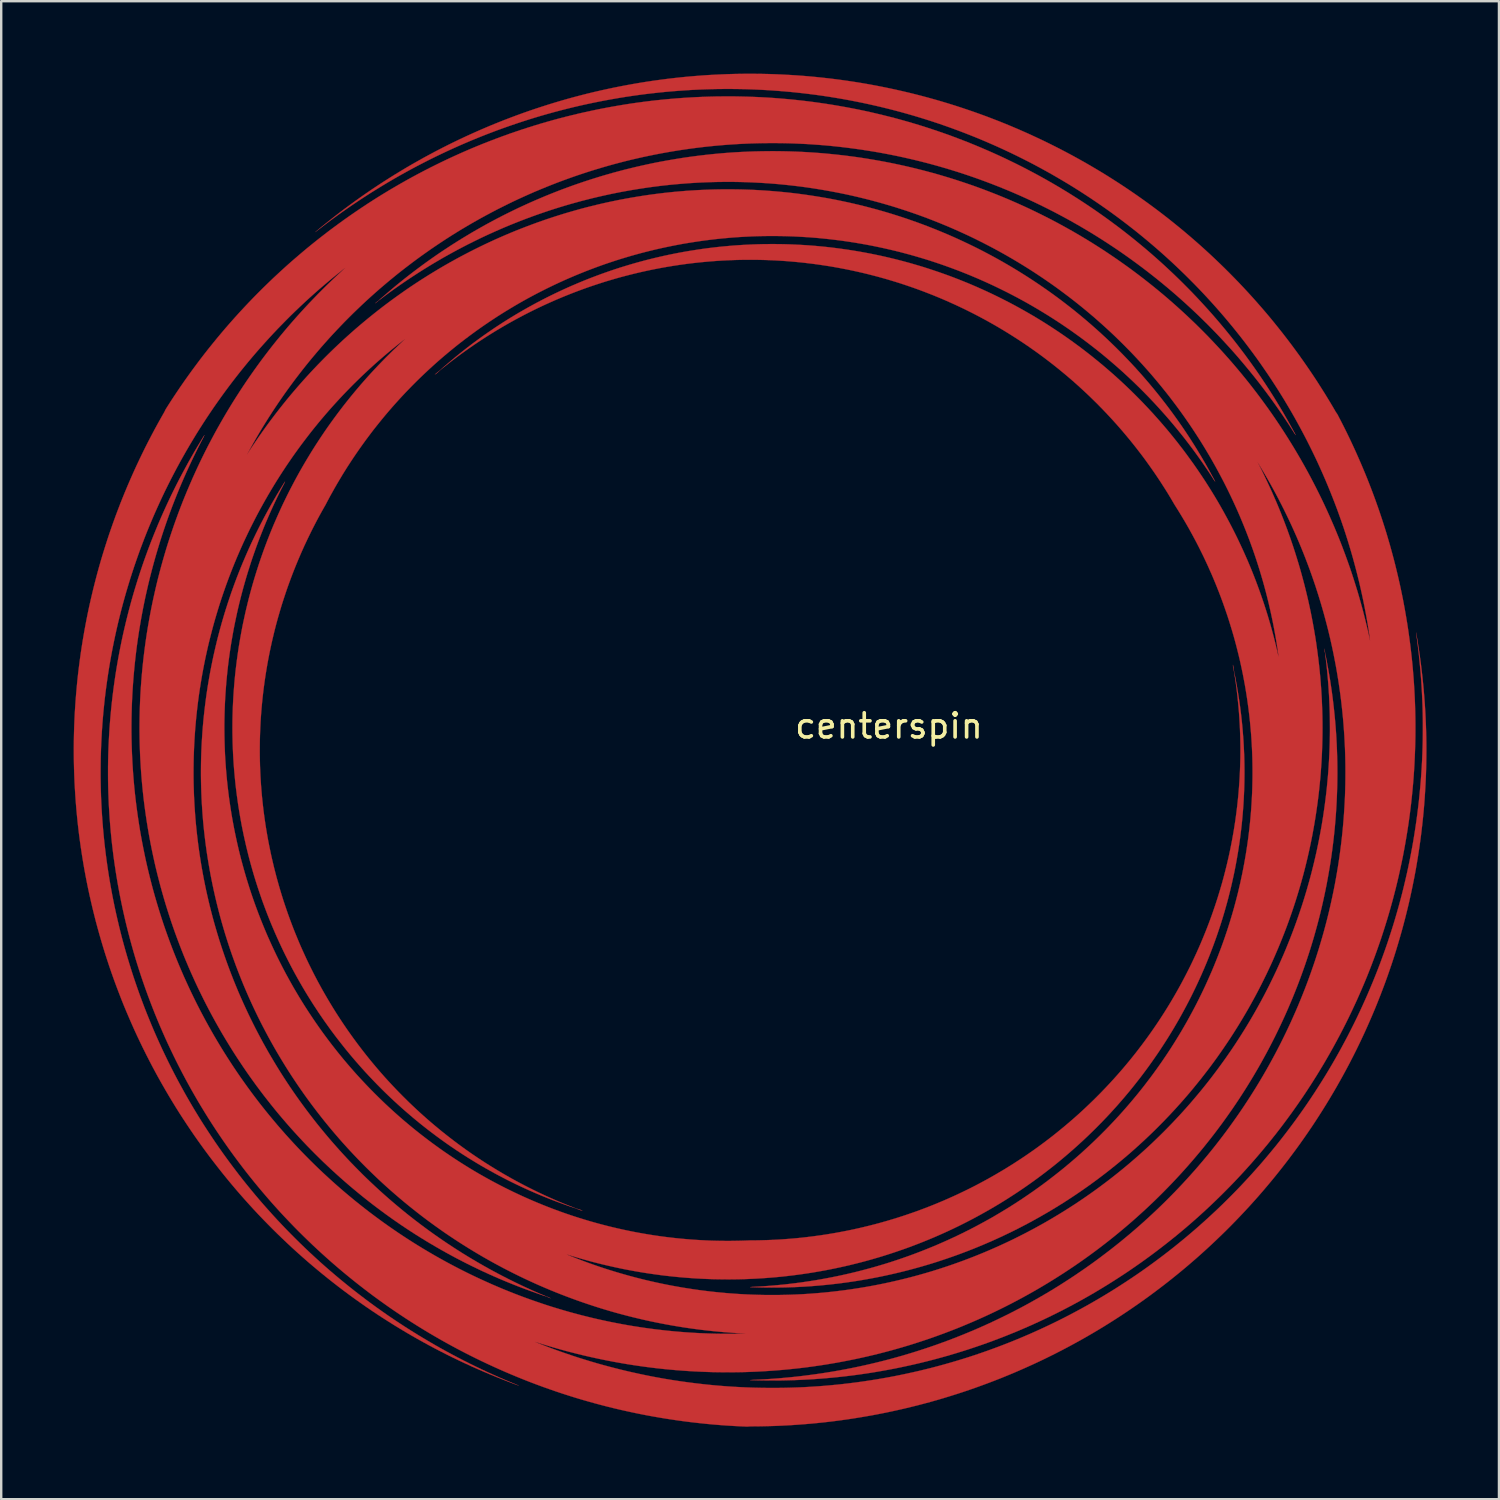
<source format=kicad_pcb>
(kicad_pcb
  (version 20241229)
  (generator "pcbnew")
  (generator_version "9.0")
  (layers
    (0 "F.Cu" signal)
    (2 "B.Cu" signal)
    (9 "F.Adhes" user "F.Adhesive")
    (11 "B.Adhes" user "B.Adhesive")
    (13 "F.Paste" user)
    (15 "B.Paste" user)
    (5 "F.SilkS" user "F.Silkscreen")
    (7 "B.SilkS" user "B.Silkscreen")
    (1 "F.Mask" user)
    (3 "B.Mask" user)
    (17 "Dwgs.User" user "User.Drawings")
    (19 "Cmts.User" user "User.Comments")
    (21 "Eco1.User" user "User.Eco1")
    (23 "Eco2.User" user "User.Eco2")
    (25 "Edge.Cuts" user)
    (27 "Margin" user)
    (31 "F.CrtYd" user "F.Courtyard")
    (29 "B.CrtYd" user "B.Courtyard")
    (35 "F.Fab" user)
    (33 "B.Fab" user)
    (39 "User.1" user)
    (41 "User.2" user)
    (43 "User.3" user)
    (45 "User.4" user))
  (footprint "centerspin"
    (layer "F.Cu")
    (at 28.005 28.005)
    (property "Reference" "centerspin" (at 5.75 -1 0) (layer "F.SilkS") (effects (font (size 1 1) (thickness 0.15))))
    (attr through_hole)
    (fp_poly (pts (xy -24.249 -14) (xy -24.387 -13.757) (xy -24.524 -13.512) (xy -24.658 -13.266) (xy -24.789 -13.019) (xy -24.918 -12.771) (xy -25.045 -12.521) (xy -25.168 -12.27) (xy -25.29 -12.017) (xy -25.409 -11.764) (xy -25.525 -11.509) (xy -25.639 -11.253) (xy -25.75 -10.997) (xy -25.859 -10.738) (xy -25.965 -10.479) (xy -26.069 -10.219) (xy -26.169 -9.958) (xy -26.268 -9.696) (xy -26.363 -9.433) (xy -26.456 -9.169) (xy -26.547 -8.904) (xy -26.634 -8.638) (xy -26.719 -8.371) (xy -26.802 -8.103) (xy -26.882 -7.835) (xy -26.959 -7.566) (xy -27.033 -7.296) (xy -27.104 -7.025) (xy -27.173 -6.754) (xy -27.239 -6.482) (xy -27.303 -6.209) (xy -27.364 -5.935) (xy -27.422 -5.662) (xy -27.477 -5.387) (xy -27.529 -5.112) (xy -27.579 -4.836) (xy -27.626 -4.56) (xy -27.67 -4.284) (xy -27.712 -4.007) (xy -27.75 -3.73) (xy -27.786 -3.452) (xy -27.82 -3.174) (xy -27.85 -2.896) (xy -27.877 -2.617) (xy -27.902 -2.338) (xy -27.924 -2.059) (xy -27.943 -1.78) (xy -27.96 -1.5) (xy -27.973 -1.22) (xy -27.984 -0.941) (xy -27.992 -0.661) (xy -27.997 -0.381) (xy -28 -0.101) (xy -27.999 0.179) (xy -27.996 0.459) (xy -27.99 0.739) (xy -27.981 1.019) (xy -27.97 1.299) (xy -27.955 1.578) (xy -27.938 1.858) (xy -27.918 2.137) (xy -27.896 2.416) (xy -27.87 2.695) (xy -27.842 2.974) (xy -27.811 3.252) (xy -27.777 3.53) (xy -27.74 3.807) (xy -27.7 4.085) (xy -27.658 4.361) (xy -27.613 4.638) (xy -27.566 4.914) (xy -27.515 5.189) (xy -27.462 5.464) (xy -27.406 5.738) (xy -27.347 6.012) (xy -27.285 6.285) (xy -27.221 6.558) (xy -27.154 6.83) (xy -27.085 7.101) (xy -27.012 7.371) (xy -26.937 7.641) (xy -26.859 7.91) (xy -26.779 8.178) (xy -26.696 8.446) (xy -26.61 8.712) (xy -26.522 8.978) (xy -26.431 9.242) (xy -26.337 9.506) (xy -26.24 9.769) (xy -26.141 10.031) (xy -26.04 10.292) (xy -25.936 10.552) (xy -25.829 10.811) (xy -25.719 11.068) (xy -25.607 11.325) (xy -25.493 11.581) (xy -25.376 11.835) (xy -25.256 12.088) (xy -25.134 12.34) (xy -25.009 12.591) (xy -24.882 12.84) (xy -24.753 13.088) (xy -24.621 13.335) (xy -24.486 13.581) (xy -24.349 13.825) (xy -24.209 14.068) (xy -24.068 14.309) (xy -23.923 14.549) (xy -23.777 14.788) (xy -23.628 15.025) (xy -23.476 15.26) (xy -23.322 15.494) (xy -23.166 15.727) (xy -23.008 15.958) (xy -22.847 16.187) (xy -22.684 16.414) (xy -22.519 16.64) (xy -22.351 16.865) (xy -22.181 17.087) (xy -22.009 17.308) (xy -21.835 17.528) (xy -21.659 17.745) (xy -21.48 17.961) (xy -21.3 18.175) (xy -21.117 18.387) (xy -20.932 18.597) (xy -20.745 18.805) (xy -20.556 19.012) (xy -20.365 19.217) (xy -20.172 19.419) (xy -19.976 19.62) (xy -19.779 19.819) (xy -19.58 20.016) (xy -19.379 20.21) (xy -19.176 20.403) (xy -18.971 20.594) (xy -18.764 20.783) (xy -18.555 20.969) (xy -18.345 21.154) (xy -18.132 21.336) (xy -17.918 21.516) (xy -17.702 21.694) (xy -17.484 21.87) (xy -17.264 22.044) (xy -17.043 22.216) (xy -16.82 22.385) (xy -16.595 22.552) (xy -16.369 22.717) (xy -16.141 22.879) (xy -15.911 23.04) (xy -15.68 23.198) (xy -15.448 23.353) (xy -15.213 23.507) (xy -14.977 23.657) (xy -14.74 23.806) (xy -14.501 23.952) (xy -14.261 24.096) (xy -14.019 24.238) (xy -13.776 24.376) (xy -13.532 24.513) (xy -13.286 24.647) (xy -13.039 24.779) (xy -12.79 24.908) (xy -12.541 25.035) (xy -12.29 25.159) (xy -12.038 25.28) (xy -11.784 25.399) (xy -11.53 25.516) (xy -11.274 25.63) (xy -11.017 25.741) (xy -10.759 25.85) (xy -10.5 25.957) (xy -10.24 26.06) (xy -9.979 26.161) (xy -9.717 26.26) (xy -9.577 26.311) (xy -9.836 26.206) (xy -10.094 26.097) (xy -10.351 25.987) (xy -10.607 25.873) (xy -10.862 25.757) (xy -11.115 25.639) (xy -11.367 25.518) (xy -11.618 25.395) (xy -11.868 25.269) (xy -12.116 25.141) (xy -12.362 25.01) (xy -12.608 24.877) (xy -12.852 24.742) (xy -13.094 24.604) (xy -13.335 24.463) (xy -13.574 24.321) (xy -13.812 24.176) (xy -14.049 24.029) (xy -14.284 23.879) (xy -14.517 23.727) (xy -14.749 23.573) (xy -14.979 23.417) (xy -15.207 23.258) (xy -15.434 23.097) (xy -15.659 22.934) (xy -15.882 22.769) (xy -16.103 22.601) (xy -16.323 22.432) (xy -16.541 22.26) (xy -16.757 22.086) (xy -16.972 21.91) (xy -17.184 21.732) (xy -17.395 21.552) (xy -17.604 21.37) (xy -17.811 21.186) (xy -18.016 20.999) (xy -18.219 20.811) (xy -18.42 20.621) (xy -18.619 20.429) (xy -18.816 20.235) (xy -19.011 20.039) (xy -19.204 19.842) (xy -19.395 19.642) (xy -19.584 19.441) (xy -19.771 19.237) (xy -19.955 19.032) (xy -20.138 18.826) (xy -20.319 18.617) (xy -20.497 18.407) (xy -20.673 18.195) (xy -20.847 17.981) (xy -21.019 17.766) (xy -21.188 17.549) (xy -21.355 17.33) (xy -21.52 17.11) (xy -21.683 16.888) (xy -21.844 16.665) (xy -22.002 16.44) (xy -22.158 16.214) (xy -22.311 15.986) (xy -22.462 15.757) (xy -22.611 15.527) (xy -22.758 15.295) (xy -22.902 15.061) (xy -23.044 14.826) (xy -23.183 14.59) (xy -23.32 14.353) (xy -23.454 14.114) (xy -23.586 13.874) (xy -23.716 13.633) (xy -23.843 13.391) (xy -23.968 13.147) (xy -24.09 12.903) (xy -24.209 12.657) (xy -24.327 12.41) (xy -24.441 12.162) (xy -24.553 11.913) (xy -24.663 11.663) (xy -24.77 11.412) (xy -24.874 11.16) (xy -24.976 10.907) (xy -25.076 10.653) (xy -25.172 10.398) (xy -25.267 10.142) (xy -25.358 9.886) (xy -25.447 9.629) (xy -25.534 9.37) (xy -25.617 9.112) (xy -25.698 8.852) (xy -25.777 8.592) (xy -25.853 8.331) (xy -25.926 8.069) (xy -25.997 7.807) (xy -26.065 7.544) (xy -26.13 7.28) (xy -26.192 7.016) (xy -26.252 6.752) (xy -26.31 6.487) (xy -26.364 6.221) (xy -26.416 5.955) (xy -26.465 5.689) (xy -26.512 5.422) (xy -26.556 5.155) (xy -26.597 4.887) (xy -26.635 4.619) (xy -26.671 4.351) (xy -26.704 4.083) (xy -26.735 3.815) (xy -26.762 3.546) (xy -26.787 3.277) (xy -26.809 3.008) (xy -26.829 2.739) (xy -26.846 2.469) (xy -26.86 2.2) (xy -26.872 1.931) (xy -26.88 1.661) (xy -26.886 1.392) (xy -26.89 1.123) (xy -26.89 0.853) (xy -26.888 0.584) (xy -26.884 0.315) (xy -26.876 0.046) (xy -26.866 -0.222) (xy -26.853 -0.491) (xy -26.838 -0.759) (xy -26.82 -1.027) (xy -26.799 -1.295) (xy -26.776 -1.562) (xy -26.749 -1.829) (xy -26.721 -2.096) (xy -26.689 -2.362) (xy -26.655 -2.628) (xy -26.618 -2.893) (xy -26.579 -3.158) (xy -26.537 -3.423) (xy -26.492 -3.687) (xy -26.445 -3.95) (xy -26.395 -4.213) (xy -26.342 -4.475) (xy -26.287 -4.737) (xy -26.229 -4.998) (xy -26.169 -5.258) (xy -26.106 -5.517) (xy -26.041 -5.776) (xy -25.973 -6.034) (xy -25.902 -6.291) (xy -25.829 -6.548) (xy -25.753 -6.803) (xy -25.675 -7.058) (xy -25.594 -7.312) (xy -25.511 -7.565) (xy -25.425 -7.817) (xy -25.337 -8.068) (xy -25.247 -8.318) (xy -25.153 -8.567) (xy -25.058 -8.815) (xy -24.96 -9.062) (xy -24.859 -9.308) (xy -24.756 -9.553) (xy -24.651 -9.797) (xy -24.543 -10.039) (xy -24.433 -10.281) (xy -24.321 -10.521) (xy -24.206 -10.76) (xy -24.089 -10.997) (xy -23.969 -11.234) (xy -23.847 -11.469) (xy -23.723 -11.703) (xy -23.597 -11.935) (xy -23.468 -12.166) (xy -23.337 -12.396) (xy -23.204 -12.624) (xy -23.068 -12.851) (xy -22.931 -13.077) (xy -22.791 -13.301) (xy -22.649 -13.523) (xy -22.505 -13.744) (xy -22.358 -13.964) (xy -22.21 -14.182) (xy -22.059 -14.398) (xy -21.906 -14.613) (xy -21.751 -14.826) (xy -21.595 -15.037) (xy -21.436 -15.247) (xy -21.275 -15.455) (xy -21.112 -15.662) (xy -20.947 -15.867) (xy -20.78 -16.07) (xy -20.611 -16.271) (xy -20.44 -16.471) (xy -20.267 -16.668) (xy -20.092 -16.864) (xy -19.916 -17.058) (xy -19.737 -17.251) (xy -19.557 -17.441) (xy -19.374 -17.629) (xy -19.19 -17.816) (xy -19.005 -18.001) (xy -18.817 -18.183) (xy -18.628 -18.364) (xy -18.437 -18.543) (xy -18.244 -18.72) (xy -18.049 -18.895) (xy -17.853 -19.068) (xy -17.655 -19.238) (xy -17.456 -19.407) (xy -17.255 -19.574) (xy -17.052 -19.738) (xy -16.848 -19.901) (xy -16.755 -19.968) (xy -16.948 -19.792) (xy -17.139 -19.615) (xy -17.328 -19.435) (xy -17.515 -19.254) (xy -17.7 -19.072) (xy -17.884 -18.887) (xy -18.065 -18.7) (xy -18.245 -18.512) (xy -18.423 -18.322) (xy -18.598 -18.131) (xy -18.772 -17.938) (xy -18.944 -17.743) (xy -19.114 -17.546) (xy -19.281 -17.348) (xy -19.447 -17.148) (xy -19.61 -16.947) (xy -19.772 -16.744) (xy -19.931 -16.54) (xy -20.088 -16.334) (xy -20.244 -16.126) (xy -20.397 -15.917) (xy -20.547 -15.707) (xy -20.696 -15.495) (xy -20.843 -15.282) (xy -20.987 -15.067) (xy -21.129 -14.851) (xy -21.269 -14.634) (xy -21.406 -14.416) (xy -21.542 -14.196) (xy -21.675 -13.975) (xy -21.806 -13.752) (xy -21.934 -13.529) (xy -22.061 -13.304) (xy -22.185 -13.078) (xy -22.306 -12.851) (xy -22.426 -12.623) (xy -22.543 -12.393) (xy -22.658 -12.163) (xy -22.77 -11.932) (xy -22.88 -11.699) (xy -22.987 -11.466) (xy -23.093 -11.231) (xy -23.195 -10.996) (xy -23.296 -10.759) (xy -23.394 -10.522) (xy -23.49 -10.284) (xy -23.583 -10.045) (xy -23.674 -9.805) (xy -23.762 -9.564) (xy -23.848 -9.323) (xy -23.931 -9.081) (xy -24.012 -8.838) (xy -24.091 -8.594) (xy -24.167 -8.35) (xy -24.24 -8.105) (xy -24.311 -7.859) (xy -24.38 -7.613) (xy -24.446 -7.366) (xy -24.51 -7.119) (xy -24.571 -6.871) (xy -24.629 -6.622) (xy -24.685 -6.373) (xy -24.739 -6.124) (xy -24.79 -5.874) (xy -24.838 -5.624) (xy -24.884 -5.373) (xy -24.928 -5.122) (xy -24.969 -4.871) (xy -25.007 -4.62) (xy -25.043 -4.368) (xy -25.076 -4.115) (xy -25.107 -3.863) (xy -25.135 -3.611) (xy -25.161 -3.358) (xy -25.184 -3.105) (xy -25.205 -2.852) (xy -25.223 -2.599) (xy -25.239 -2.346) (xy -25.252 -2.092) (xy -25.262 -1.839) (xy -25.27 -1.586) (xy -25.275 -1.332) (xy -25.278 -1.079) (xy -25.279 -0.826) (xy -25.276 -0.573) (xy -25.272 -0.32) (xy -25.264 -0.067) (xy -25.255 0.185) (xy -25.242 0.438) (xy -25.227 0.69) (xy -25.21 0.942) (xy -25.19 1.193) (xy -25.168 1.445) (xy -25.143 1.695) (xy -25.116 1.946) (xy -25.086 2.196) (xy -25.053 2.446) (xy -25.018 2.696) (xy -24.981 2.945) (xy -24.941 3.193) (xy -24.899 3.441) (xy -24.854 3.689) (xy -24.807 3.935) (xy -24.757 4.182) (xy -24.705 4.428) (xy -24.651 4.673) (xy -24.594 4.917) (xy -24.534 5.161) (xy -24.472 5.404) (xy -24.408 5.646) (xy -24.341 5.888) (xy -24.272 6.129) (xy -24.201 6.369) (xy -24.127 6.608) (xy -24.051 6.847) (xy -23.973 7.084) (xy -23.892 7.321) (xy -23.809 7.557) (xy -23.723 7.791) (xy -23.635 8.025) (xy -23.545 8.258) (xy -23.453 8.49) (xy -23.358 8.721) (xy -23.261 8.951) (xy -23.162 9.18) (xy -23.06 9.407) (xy -22.957 9.634) (xy -22.851 9.859) (xy -22.742 10.083) (xy -22.632 10.307) (xy -22.52 10.528) (xy -22.405 10.749) (xy -22.288 10.969) (xy -22.169 11.187) (xy -22.048 11.404) (xy -21.925 11.619) (xy -21.799 11.834) (xy -21.672 12.046) (xy -21.542 12.258) (xy -21.411 12.468) (xy -21.277 12.677) (xy -21.141 12.884) (xy -21.003 13.09) (xy -20.864 13.295) (xy -20.722 13.498) (xy -20.578 13.699) (xy -20.433 13.899) (xy -20.285 14.097) (xy -20.136 14.294) (xy -19.984 14.489) (xy -19.831 14.683) (xy -19.676 14.875) (xy -19.519 15.065) (xy -19.36 15.254) (xy -19.199 15.441) (xy -19.037 15.627) (xy -18.872 15.81) (xy -18.706 15.992) (xy -18.539 16.172) (xy -18.369 16.351) (xy -18.198 16.527) (xy -18.025 16.702) (xy -17.85 16.875) (xy -17.674 17.047) (xy -17.496 17.216) (xy -17.317 17.384) (xy -17.135 17.549) (xy -16.953 17.713) (xy -16.768 17.875) (xy -16.583 18.035) (xy -16.395 18.193) (xy -16.206 18.349) (xy -16.016 18.504) (xy -15.824 18.656) (xy -15.631 18.806) (xy -15.436 18.954) (xy -15.24 19.1) (xy -15.043 19.245) (xy -14.844 19.387) (xy -14.644 19.527) (xy -14.443 19.665) (xy -14.24 19.801) (xy -14.036 19.935) (xy -13.831 20.067) (xy -13.624 20.196) (xy -13.416 20.324) (xy -13.207 20.449) (xy -12.997 20.572) (xy -12.786 20.693) (xy -12.574 20.812) (xy -12.36 20.929) (xy -12.146 21.044) (xy -11.93 21.156) (xy -11.714 21.266) (xy -11.496 21.374) (xy -11.277 21.48) (xy -11.058 21.584) (xy -10.837 21.685) (xy -10.616 21.784) (xy -10.394 21.881) (xy -10.17 21.975) (xy -9.946 22.067) (xy -9.722 22.157) (xy -9.496 22.245) (xy -9.269 22.33) (xy -9.042 22.413) (xy -8.814 22.494) (xy -8.586 22.572) (xy -8.356 22.648) (xy -8.26 22.694) (xy -8.483 22.601) (xy -8.705 22.507) (xy -8.927 22.41) (xy -9.147 22.311) (xy -9.366 22.21) (xy -9.584 22.107) (xy -9.801 22.001) (xy -10.016 21.894) (xy -10.231 21.784) (xy -10.444 21.673) (xy -10.656 21.559) (xy -10.867 21.443) (xy -11.077 21.325) (xy -11.285 21.205) (xy -11.492 21.083) (xy -11.698 20.959) (xy -11.903 20.833) (xy -12.106 20.705) (xy -12.307 20.575) (xy -12.508 20.443) (xy -12.707 20.309) (xy -12.904 20.173) (xy -13.1 20.036) (xy -13.295 19.896) (xy -13.488 19.754) (xy -13.679 19.611) (xy -13.869 19.466) (xy -14.058 19.319) (xy -14.245 19.17) (xy -14.43 19.019) (xy -14.614 18.866) (xy -14.796 18.712) (xy -14.977 18.556) (xy -15.156 18.398) (xy -15.333 18.239) (xy -15.509 18.077) (xy -15.683 17.914) (xy -15.855 17.75) (xy -16.026 17.584) (xy -16.194 17.416) (xy -16.361 17.246) (xy -16.527 17.075) (xy -16.69 16.903) (xy -16.852 16.728) (xy -17.011 16.553) (xy -17.169 16.375) (xy -17.326 16.196) (xy -17.48 16.016) (xy -17.632 15.834) (xy -17.783 15.651) (xy -17.932 15.467) (xy -18.078 15.281) (xy -18.223 15.093) (xy -18.366 14.904) (xy -18.507 14.714) (xy -18.646 14.523) (xy -18.783 14.33) (xy -18.918 14.136) (xy -19.051 13.941) (xy -19.182 13.744) (xy -19.311 13.546) (xy -19.438 13.347) (xy -19.562 13.147) (xy -19.685 12.946) (xy -19.806 12.743) (xy -19.925 12.54) (xy -20.041 12.335) (xy -20.156 12.129) (xy -20.268 11.922) (xy -20.378 11.714) (xy -20.486 11.506) (xy -20.592 11.296) (xy -20.696 11.085) (xy -20.798 10.873) (xy -20.897 10.66) (xy -20.994 10.447) (xy -21.09 10.232) (xy -21.183 10.017) (xy -21.273 9.801) (xy -21.362 9.584) (xy -21.448 9.366) (xy -21.532 9.148) (xy -21.614 8.928) (xy -21.694 8.708) (xy -21.771 8.487) (xy -21.846 8.266) (xy -21.919 8.044) (xy -21.99 7.821) (xy -22.058 7.598) (xy -22.124 7.374) (xy -22.188 7.15) (xy -22.25 6.925) (xy -22.309 6.699) (xy -22.366 6.473) (xy -22.421 6.247) (xy -22.473 6.02) (xy -22.524 5.793) (xy -22.571 5.565) (xy -22.617 5.337) (xy -22.66 5.108) (xy -22.701 4.88) (xy -22.74 4.65) (xy -22.776 4.421) (xy -22.81 4.191) (xy -22.842 3.962) (xy -22.871 3.731) (xy -22.898 3.501) (xy -22.923 3.271) (xy -22.946 3.04) (xy -22.966 2.809) (xy -22.983 2.579) (xy -22.999 2.348) (xy -23.012 2.117) (xy -23.023 1.886) (xy -23.031 1.655) (xy -23.038 1.424) (xy -23.042 1.193) (xy -23.043 0.962) (xy -23.042 0.731) (xy -23.039 0.501) (xy -23.034 0.27) (xy -23.026 0.04) (xy -23.016 -0.19) (xy -23.004 -0.42) (xy -22.989 -0.65) (xy -22.973 -0.88) (xy -22.953 -1.109) (xy -22.932 -1.338) (xy -22.908 -1.566) (xy -22.882 -1.795) (xy -22.854 -2.023) (xy -22.824 -2.25) (xy -22.791 -2.477) (xy -22.756 -2.704) (xy -22.718 -2.93) (xy -22.679 -3.156) (xy -22.637 -3.381) (xy -22.593 -3.606) (xy -22.547 -3.83) (xy -22.498 -4.054) (xy -22.448 -4.277) (xy -22.395 -4.499) (xy -22.339 -4.721) (xy -22.282 -4.942) (xy -22.223 -5.163) (xy -22.161 -5.383) (xy -22.097 -5.602) (xy -22.031 -5.82) (xy -21.963 -6.038) (xy -21.893 -6.254) (xy -21.82 -6.47) (xy -21.745 -6.686) (xy -21.669 -6.9) (xy -21.59 -7.113) (xy -21.509 -7.326) (xy -21.426 -7.538) (xy -21.341 -7.748) (xy -21.254 -7.958) (xy -21.164 -8.167) (xy -21.073 -8.375) (xy -20.98 -8.582) (xy -20.884 -8.787) (xy -20.787 -8.992) (xy -20.688 -9.196) (xy -20.586 -9.398) (xy -20.483 -9.6) (xy -20.378 -9.8) (xy -20.27 -9.999) (xy -20.161 -10.197) (xy -20.05 -10.394) (xy -19.937 -10.59) (xy -19.822 -10.784) (xy -19.705 -10.978) (xy -19.586 -11.17) (xy -19.466 -11.36) (xy -19.343 -11.55) (xy -19.219 -11.738) (xy -19.093 -11.924) (xy -18.965 -12.11) (xy -18.835 -12.294) (xy -18.704 -12.476) (xy -18.57 -12.658) (xy -18.435 -12.837) (xy -18.298 -13.016) (xy -18.16 -13.193) (xy -18.02 -13.368) (xy -17.878 -13.542) (xy -17.734 -13.715) (xy -17.589 -13.885) (xy -17.442 -14.055) (xy -17.293 -14.223) (xy -17.143 -14.389) (xy -16.991 -14.554) (xy -16.838 -14.717) (xy -16.683 -14.878) (xy -16.527 -15.038) (xy -16.369 -15.197) (xy -16.209 -15.353) (xy -16.048 -15.508) (xy -15.886 -15.661) (xy -15.722 -15.813) (xy -15.557 -15.963) (xy -15.39 -16.111) (xy -15.222 -16.257) (xy -15.052 -16.402) (xy -14.881 -16.545) (xy -14.709 -16.686) (xy -14.535 -16.825) (xy -14.361 -16.962) (xy -14.28 -17.018) (xy -14.443 -16.868) (xy -14.605 -16.715) (xy -14.766 -16.562) (xy -14.924 -16.406) (xy -15.081 -16.25) (xy -15.237 -16.091) (xy -15.391 -15.931) (xy -15.543 -15.77) (xy -15.693 -15.608) (xy -15.842 -15.443) (xy -15.989 -15.278) (xy -16.134 -15.111) (xy -16.277 -14.943) (xy -16.419 -14.773) (xy -16.559 -14.602) (xy -16.697 -14.43) (xy -16.834 -14.256) (xy -16.968 -14.081) (xy -17.101 -13.905) (xy -17.232 -13.727) (xy -17.361 -13.549) (xy -17.489 -13.369) (xy -17.614 -13.188) (xy -17.738 -13.005) (xy -17.859 -12.822) (xy -17.979 -12.638) (xy -18.097 -12.452) (xy -18.213 -12.265) (xy -18.327 -12.077) (xy -18.439 -11.888) (xy -18.549 -11.699) (xy -18.658 -11.508) (xy -18.764 -11.316) (xy -18.868 -11.123) (xy -18.97 -10.929) (xy -19.071 -10.734) (xy -19.169 -10.539) (xy -19.265 -10.342) (xy -19.36 -10.145) (xy -19.452 -9.946) (xy -19.542 -9.747) (xy -19.63 -9.547) (xy -19.717 -9.347) (xy -19.801 -9.145) (xy -19.883 -8.943) (xy -19.963 -8.74) (xy -20.041 -8.536) (xy -20.117 -8.332) (xy -20.19 -8.127) (xy -20.262 -7.921) (xy -20.332 -7.715) (xy -20.399 -7.508) (xy -20.464 -7.301) (xy -20.528 -7.092) (xy -20.589 -6.884) (xy -20.648 -6.675) (xy -20.705 -6.465) (xy -20.76 -6.255) (xy -20.812 -6.045) (xy -20.863 -5.834) (xy -20.911 -5.623) (xy -20.957 -5.411) (xy -21.002 -5.199) (xy -21.044 -4.986) (xy -21.083 -4.774) (xy -21.121 -4.561) (xy -21.157 -4.347) (xy -21.19 -4.134) (xy -21.221 -3.92) (xy -21.25 -3.706) (xy -21.277 -3.492) (xy -21.302 -3.278) (xy -21.325 -3.063) (xy -21.345 -2.849) (xy -21.363 -2.634) (xy -21.379 -2.419) (xy -21.393 -2.204) (xy -21.405 -1.989) (xy -21.415 -1.774) (xy -21.422 -1.559) (xy -21.428 -1.345) (xy -21.431 -1.13) (xy -21.432 -0.915) (xy -21.431 -0.7) (xy -21.427 -0.486) (xy -21.422 -0.271) (xy -21.414 -0.057) (xy -21.405 0.157) (xy -21.393 0.371) (xy -21.379 0.584) (xy -21.363 0.798) (xy -21.344 1.011) (xy -21.324 1.224) (xy -21.302 1.436) (xy -21.277 1.649) (xy -21.25 1.861) (xy -21.221 2.072) (xy -21.191 2.283) (xy -21.157 2.494) (xy -21.122 2.704) (xy -21.085 2.914) (xy -21.046 3.123) (xy -21.004 3.332) (xy -20.961 3.541) (xy -20.915 3.748) (xy -20.868 3.956) (xy -20.818 4.162) (xy -20.767 4.368) (xy -20.713 4.574) (xy -20.657 4.779) (xy -20.599 4.983) (xy -20.54 5.186) (xy -20.478 5.389) (xy -20.414 5.591) (xy -20.348 5.792) (xy -20.28 5.993) (xy -20.211 6.193) (xy -20.139 6.392) (xy -20.065 6.59) (xy -19.99 6.787) (xy -19.912 6.984) (xy -19.833 7.18) (xy -19.751 7.374) (xy -19.668 7.568) (xy -19.583 7.761) (xy -19.495 7.953) (xy -19.406 8.144) (xy -19.316 8.334) (xy -19.223 8.523) (xy -19.128 8.711) (xy -19.032 8.898) (xy -18.934 9.084) (xy -18.834 9.269) (xy -18.732 9.452) (xy -18.628 9.635) (xy -18.523 9.816) (xy -18.416 9.997) (xy -18.307 10.176) (xy -18.196 10.354) (xy -18.084 10.531) (xy -17.969 10.706) (xy -17.854 10.881) (xy -17.736 11.054) (xy -17.617 11.226) (xy -17.496 11.396) (xy -17.374 11.566) (xy -17.249 11.734) (xy -17.124 11.9) (xy -16.996 12.065) (xy -16.867 12.229) (xy -16.737 12.392) (xy -16.605 12.553) (xy -16.471 12.713) (xy -16.336 12.871) (xy -16.199 13.028) (xy -16.061 13.184) (xy -15.921 13.338) (xy -15.78 13.49) (xy -15.637 13.641) (xy -15.493 13.791) (xy -15.348 13.939) (xy -15.201 14.086) (xy -15.053 14.231) (xy -14.903 14.374) (xy -14.752 14.516) (xy -14.599 14.656) (xy -14.446 14.795) (xy -14.291 14.932) (xy -14.134 15.067) (xy -13.977 15.201) (xy -13.818 15.333) (xy -13.658 15.464) (xy -13.496 15.593) (xy -13.334 15.72) (xy -13.17 15.845) (xy -13.005 15.969) (xy -12.839 16.091) (xy -12.672 16.211) (xy -12.504 16.33) (xy -12.334 16.447) (xy -12.164 16.562) (xy -11.992 16.675) (xy -11.819 16.787) (xy -11.646 16.897) (xy -11.471 17.004) (xy -11.295 17.111) (xy -11.119 17.215) (xy -10.941 17.318) (xy -10.762 17.418) (xy -10.583 17.517) (xy -10.403 17.614) (xy -10.221 17.709) (xy -10.039 17.803) (xy -9.856 17.894) (xy -9.672 17.984) (xy -9.488 18.071) (xy -9.302 18.157) (xy -9.116 18.241) (xy -8.929 18.323) (xy -8.742 18.403) (xy -8.553 18.481) (xy -8.364 18.557) (xy -8.175 18.632) (xy -7.984 18.704) (xy -7.793 18.774) (xy -7.602 18.843) (xy -7.41 18.909) (xy -7.217 18.974) (xy -7.024 19.036) (xy -6.943 19.076) (xy -7.134 19.005) (xy -7.323 18.933) (xy -7.512 18.859) (xy -7.7 18.783) (xy -7.888 18.705) (xy -8.074 18.625) (xy -8.26 18.543) (xy -8.445 18.46) (xy -8.63 18.374) (xy -8.813 18.287) (xy -8.995 18.198) (xy -9.177 18.107) (xy -9.357 18.015) (xy -9.537 17.92) (xy -9.716 17.824) (xy -9.894 17.726) (xy -10.07 17.626) (xy -10.246 17.525) (xy -10.421 17.421) (xy -10.594 17.316) (xy -10.767 17.209) (xy -10.939 17.101) (xy -11.109 16.991) (xy -11.278 16.879) (xy -11.447 16.765) (xy -11.614 16.65) (xy -11.78 16.533) (xy -11.944 16.414) (xy -12.108 16.294) (xy -12.27 16.172) (xy -12.431 16.048) (xy -12.591 15.923) (xy -12.75 15.797) (xy -12.907 15.668) (xy -13.063 15.538) (xy -13.218 15.407) (xy -13.371 15.274) (xy -13.523 15.14) (xy -13.674 15.004) (xy -13.823 14.866) (xy -13.971 14.727) (xy -14.118 14.587) (xy -14.263 14.445) (xy -14.407 14.301) (xy -14.549 14.157) (xy -14.69 14.01) (xy -14.829 13.863) (xy -14.967 13.714) (xy -15.104 13.564) (xy -15.239 13.412) (xy -15.372 13.259) (xy -15.504 13.104) (xy -15.634 12.949) (xy -15.763 12.792) (xy -15.89 12.633) (xy -16.015 12.474) (xy -16.139 12.313) (xy -16.262 12.151) (xy -16.382 11.988) (xy -16.501 11.824) (xy -16.619 11.658) (xy -16.735 11.491) (xy -16.849 11.323) (xy -16.961 11.154) (xy -17.072 10.984) (xy -17.181 10.813) (xy -17.288 10.64) (xy -17.393 10.467) (xy -17.497 10.293) (xy -17.599 10.117) (xy -17.7 9.941) (xy -17.798 9.763) (xy -17.895 9.585) (xy -17.99 9.405) (xy -18.083 9.225) (xy -18.174 9.044) (xy -18.264 8.861) (xy -18.352 8.678) (xy -18.437 8.494) (xy -18.521 8.31) (xy -18.604 8.124) (xy -18.684 7.937) (xy -18.762 7.75) (xy -18.839 7.562) (xy -18.914 7.373) (xy -18.986 7.184) (xy -19.057 6.994) (xy -19.126 6.803) (xy -19.193 6.611) (xy -19.258 6.419) (xy -19.322 6.226) (xy -19.383 6.033) (xy -19.442 5.838) (xy -19.5 5.644) (xy -19.555 5.448) (xy -19.609 5.253) (xy -19.66 5.056) (xy -19.71 4.859) (xy -19.757 4.662) (xy -19.803 4.464) (xy -19.847 4.266) (xy -19.888 4.067) (xy -19.928 3.868) (xy -19.966 3.669) (xy -20.001 3.469) (xy -20.035 3.269) (xy -20.067 3.068) (xy -20.096 2.867) (xy -20.124 2.666) (xy -20.15 2.465) (xy -20.173 2.263) (xy -20.195 2.061) (xy -20.215 1.859) (xy -20.232 1.657) (xy -20.248 1.455) (xy -20.261 1.252) (xy -20.273 1.05) (xy -20.282 0.847) (xy -20.29 0.644) (xy -20.295 0.441) (xy -20.299 0.238) (xy -20.3 0.035) (xy -20.299 -0.168) (xy -20.297 -0.371) (xy -20.292 -0.574) (xy -20.285 -0.777) (xy -20.276 -0.98) (xy -20.266 -1.182) (xy -20.253 -1.385) (xy -20.238 -1.587) (xy -20.221 -1.79) (xy -20.202 -1.992) (xy -20.181 -2.194) (xy -20.158 -2.395) (xy -20.133 -2.597) (xy -20.106 -2.798) (xy -20.077 -2.999) (xy -20.046 -3.2) (xy -20.013 -3.4) (xy -19.978 -3.6) (xy -19.941 -3.799) (xy -19.902 -3.999) (xy -19.861 -4.197) (xy -19.818 -4.396) (xy -19.773 -4.594) (xy -19.726 -4.791) (xy -19.678 -4.988) (xy -19.627 -5.185) (xy -19.574 -5.381) (xy -19.519 -5.576) (xy -19.462 -5.771) (xy -19.404 -5.966) (xy -19.343 -6.159) (xy -19.28 -6.352) (xy -19.216 -6.545) (xy -19.15 -6.737) (xy -19.081 -6.928) (xy -19.011 -7.118) (xy -18.939 -7.308) (xy -18.865 -7.497) (xy -18.789 -7.685) (xy -18.711 -7.873) (xy -18.631 -8.06) (xy -18.55 -8.246) (xy -18.467 -8.431) (xy -18.381 -8.615) (xy -18.294 -8.798) (xy -18.205 -8.981) (xy -18.115 -9.162) (xy -18.022 -9.343) (xy -17.928 -9.523) (xy -17.832 -9.702) (xy -17.734 -9.879) (xy -17.634 -10.056) (xy -17.58 -10.15) (xy -17.486 -10.33) (xy -17.39 -10.509) (xy -17.291 -10.687) (xy -17.191 -10.865) (xy -17.09 -11.041) (xy -16.986 -11.216) (xy -16.881 -11.391) (xy -16.774 -11.564) (xy -16.665 -11.737) (xy -16.554 -11.908) (xy -16.441 -12.079) (xy -16.327 -12.248) (xy -16.211 -12.416) (xy -16.093 -12.583) (xy -15.974 -12.749) (xy -15.853 -12.914) (xy -15.73 -13.078) (xy -15.606 -13.241) (xy -15.479 -13.402) (xy -15.351 -13.562) (xy -15.222 -13.721) (xy -15.091 -13.879) (xy -14.958 -14.036) (xy -14.823 -14.191) (xy -14.687 -14.345) (xy -14.55 -14.497) (xy -14.41 -14.649) (xy -14.27 -14.799) (xy -14.127 -14.947) (xy -13.983 -15.095) (xy -13.838 -15.241) (xy -13.691 -15.385) (xy -13.542 -15.528) (xy -13.392 -15.67) (xy -13.241 -15.81) (xy -13.088 -15.949) (xy -12.934 -16.086) (xy -12.778 -16.222) (xy -12.621 -16.356) (xy -12.462 -16.489) (xy -12.302 -16.62) (xy -12.141 -16.75) (xy -11.978 -16.878) (xy -11.814 -17.004) (xy -11.648 -17.129) (xy -11.481 -17.252) (xy -11.313 -17.374) (xy -11.144 -17.494) (xy -10.973 -17.613) (xy -10.802 -17.729) (xy -10.628 -17.844) (xy -10.454 -17.958) (xy -10.279 -18.069) (xy -10.102 -18.179) (xy -9.924 -18.287) (xy -9.745 -18.394) (xy -9.565 -18.499) (xy -9.383 -18.602) (xy -9.201 -18.703) (xy -9.017 -18.802) (xy -8.833 -18.9) (xy -8.647 -18.995) (xy -8.461 -19.089) (xy -8.273 -19.181) (xy -8.084 -19.272) (xy -7.895 -19.36) (xy -7.704 -19.447) (xy -7.513 -19.531) (xy -7.32 -19.614) (xy -7.127 -19.695) (xy -6.932 -19.774) (xy -6.737 -19.851) (xy -6.541 -19.926) (xy -6.345 -19.999) (xy -6.147 -20.071) (xy -5.949 -20.14) (xy -5.749 -20.207) (xy -5.549 -20.273) (xy -5.349 -20.336) (xy -5.147 -20.397) (xy -4.945 -20.457) (xy -4.743 -20.514) (xy -4.539 -20.57) (xy -4.335 -20.623) (xy -4.131 -20.674) (xy -3.925 -20.724) (xy -3.719 -20.771) (xy -3.513 -20.816) (xy -3.306 -20.859) (xy -3.099 -20.9) (xy -2.891 -20.94) (xy -2.683 -20.977) (xy -2.474 -21.011) (xy -2.265 -21.044) (xy -2.055 -21.075) (xy -1.845 -21.104) (xy -1.634 -21.13) (xy -1.424 -21.155) (xy -1.213 -21.177) (xy -1.001 -21.197) (xy -0.789 -21.216) (xy -0.578 -21.232) (xy -0.365 -21.246) (xy -0.153 -21.257) (xy 0.06 -21.267) (xy 0.272 -21.275) (xy 0.485 -21.28) (xy 0.698 -21.283) (xy 0.912 -21.284) (xy 1.125 -21.283) (xy 1.338 -21.28) (xy 1.552 -21.275) (xy 1.765 -21.268) (xy 1.979 -21.258) (xy 2.192 -21.246) (xy 2.405 -21.233) (xy 2.619 -21.217) (xy 2.832 -21.199) (xy 3.045 -21.178) (xy 3.258 -21.156) (xy 3.471 -21.131) (xy 3.684 -21.105) (xy 3.896 -21.076) (xy 4.109 -21.045) (xy 4.321 -21.012) (xy 4.533 -20.976) (xy 4.744 -20.939) (xy 4.955 -20.9) (xy 5.166 -20.858) (xy 5.377 -20.814) (xy 5.587 -20.768) (xy 5.797 -20.72) (xy 6.007 -20.67) (xy 6.216 -20.618) (xy 6.424 -20.563) (xy 6.632 -20.507) (xy 6.84 -20.448) (xy 7.047 -20.387) (xy 7.254 -20.325) (xy 7.46 -20.26) (xy 7.665 -20.193) (xy 7.87 -20.124) (xy 8.075 -20.052) (xy 8.278 -19.979) (xy 8.481 -19.904) (xy 8.683 -19.827) (xy 8.885 -19.747) (xy 9.086 -19.666) (xy 9.286 -19.582) (xy 9.485 -19.497) (xy 9.684 -19.409) (xy 9.882 -19.319) (xy 10.079 -19.228) (xy 10.275 -19.134) (xy 10.47 -19.038) (xy 10.665 -18.941) (xy 10.858 -18.841) (xy 11.051 -18.74) (xy 11.242 -18.636) (xy 11.433 -18.531) (xy 11.623 -18.423) (xy 11.811 -18.314) (xy 11.999 -18.202) (xy 12.185 -18.089) (xy 12.371 -17.974) (xy 12.555 -17.857) (xy 12.739 -17.738) (xy 12.921 -17.617) (xy 13.102 -17.494) (xy 13.282 -17.37) (xy 13.46 -17.243) (xy 13.638 -17.115) (xy 13.814 -16.985) (xy 13.989 -16.853) (xy 14.163 -16.719) (xy 14.335 -16.584) (xy 14.507 -16.447) (xy 14.677 -16.308) (xy 14.845 -16.167) (xy 15.012 -16.024) (xy 15.178 -15.88) (xy 15.343 -15.734) (xy 15.506 -15.586) (xy 15.667 -15.437) (xy 15.828 -15.286) (xy 15.986 -15.133) (xy 16.144 -14.979) (xy 16.299 -14.823) (xy 16.454 -14.665) (xy 16.607 -14.506) (xy 16.758 -14.345) (xy 16.907 -14.183) (xy 17.055 -14.019) (xy 17.202 -13.854) (xy 17.347 -13.687) (xy 17.49 -13.518) (xy 17.632 -13.348) (xy 17.772 -13.176) (xy 17.91 -13.004) (xy 18.047 -12.829) (xy 18.182 -12.653) (xy 18.315 -12.476) (xy 18.446 -12.297) (xy 18.576 -12.117) (xy 18.704 -11.936) (xy 18.83 -11.753) (xy 18.955 -11.569) (xy 19.078 -11.384) (xy 19.198 -11.197) (xy 19.255 -11.117) (xy 19.151 -11.314) (xy 19.045 -11.509) (xy 18.937 -11.704) (xy 18.827 -11.898) (xy 18.714 -12.091) (xy 18.6 -12.282) (xy 18.484 -12.473) (xy 18.366 -12.662) (xy 18.246 -12.85) (xy 18.124 -13.038) (xy 18 -13.224) (xy 17.875 -13.409) (xy 17.747 -13.592) (xy 17.617 -13.775) (xy 17.486 -13.956) (xy 17.353 -14.136) (xy 17.217 -14.315) (xy 17.08 -14.492) (xy 16.942 -14.668) (xy 16.801 -14.843) (xy 16.659 -15.016) (xy 16.514 -15.188) (xy 16.368 -15.359) (xy 16.221 -15.528) (xy 16.071 -15.696) (xy 15.92 -15.863) (xy 15.767 -16.028) (xy 15.612 -16.191) (xy 15.456 -16.353) (xy 15.298 -16.514) (xy 15.138 -16.673) (xy 14.977 -16.83) (xy 14.814 -16.986) (xy 14.649 -17.14) (xy 14.483 -17.293) (xy 14.315 -17.444) (xy 14.146 -17.593) (xy 13.975 -17.741) (xy 13.802 -17.887) (xy 13.628 -18.032) (xy 13.453 -18.175) (xy 13.276 -18.316) (xy 13.097 -18.455) (xy 12.917 -18.593) (xy 12.736 -18.729) (xy 12.553 -18.863) (xy 12.369 -18.995) (xy 12.183 -19.125) (xy 11.996 -19.254) (xy 11.808 -19.381) (xy 11.618 -19.506) (xy 11.427 -19.629) (xy 11.235 -19.75) (xy 11.041 -19.87) (xy 10.847 -19.987) (xy 10.65 -20.103) (xy 10.453 -20.217) (xy 10.255 -20.328) (xy 10.055 -20.438) (xy 9.854 -20.546) (xy 9.652 -20.652) (xy 9.449 -20.756) (xy 9.244 -20.858) (xy 9.039 -20.957) (xy 8.833 -21.055) (xy 8.625 -21.151) (xy 8.417 -21.245) (xy 8.207 -21.337) (xy 7.996 -21.426) (xy 7.785 -21.514) (xy 7.572 -21.599) (xy 7.359 -21.683) (xy 7.145 -21.764) (xy 6.93 -21.843) (xy 6.713 -21.92) (xy 6.497 -21.995) (xy 6.279 -22.068) (xy 6.06 -22.138) (xy 5.841 -22.207) (xy 5.621 -22.273) (xy 5.4 -22.337) (xy 5.178 -22.399) (xy 4.956 -22.458) (xy 4.733 -22.516) (xy 4.51 -22.571) (xy 4.285 -22.624) (xy 4.061 -22.675) (xy 3.835 -22.723) (xy 3.609 -22.77) (xy 3.383 -22.814) (xy 3.156 -22.856) (xy 2.928 -22.895) (xy 2.7 -22.932) (xy 2.472 -22.967) (xy 2.243 -23) (xy 2.013 -23.031) (xy 1.784 -23.059) (xy 1.554 -23.085) (xy 1.323 -23.108) (xy 1.093 -23.129) (xy 0.862 -23.148) (xy 0.63 -23.165) (xy 0.399 -23.179) (xy 0.167 -23.192) (xy -0.065 -23.201) (xy -0.297 -23.209) (xy -0.529 -23.214) (xy -0.762 -23.216) (xy -0.994 -23.217) (xy -1.227 -23.215) (xy -1.46 -23.211) (xy -1.692 -23.204) (xy -1.925 -23.195) (xy -2.158 -23.184) (xy -2.39 -23.17) (xy -2.623 -23.155) (xy -2.856 -23.136) (xy -3.088 -23.116) (xy -3.32 -23.093) (xy -3.552 -23.068) (xy -3.784 -23.04) (xy -4.016 -23.01) (xy -4.248 -22.978) (xy -4.479 -22.943) (xy -4.71 -22.906) (xy -4.941 -22.867) (xy -5.171 -22.825) (xy -5.401 -22.782) (xy -5.631 -22.735) (xy -5.861 -22.687) (xy -6.09 -22.636) (xy -6.318 -22.583) (xy -6.546 -22.527) (xy -6.774 -22.47) (xy -7.001 -22.41) (xy -7.227 -22.347) (xy -7.454 -22.282) (xy -7.679 -22.216) (xy -7.904 -22.146) (xy -8.128 -22.075) (xy -8.352 -22.001) (xy -8.575 -21.925) (xy -8.797 -21.847) (xy -9.018 -21.766) (xy -9.239 -21.683) (xy -9.459 -21.598) (xy -9.679 -21.511) (xy -9.897 -21.422) (xy -10.115 -21.33) (xy -10.332 -21.236) (xy -10.548 -21.14) (xy -10.763 -21.041) (xy -10.977 -20.941) (xy -11.19 -20.838) (xy -11.402 -20.733) (xy -11.613 -20.626) (xy -11.824 -20.517) (xy -12.033 -20.406) (xy -12.241 -20.292) (xy -12.448 -20.177) (xy -12.654 -20.059) (xy -12.859 -19.939) (xy -13.063 -19.817) (xy -13.266 -19.693) (xy -13.467 -19.567) (xy -13.668 -19.439) (xy -13.867 -19.309) (xy -14.065 -19.177) (xy -14.261 -19.043) (xy -14.456 -18.906) (xy -14.65 -18.768) (xy -14.843 -18.628) (xy -15.034 -18.486) (xy -15.224 -18.342) (xy -15.413 -18.195) (xy -15.6 -18.047) (xy -15.786 -17.897) (xy -15.97 -17.745) (xy -16.153 -17.592) (xy -16.335 -17.436) (xy -16.515 -17.278) (xy -16.693 -17.119) (xy -16.87 -16.958) (xy -17.045 -16.795) (xy -17.219 -16.63) (xy -17.391 -16.463) (xy -17.561 -16.295) (xy -17.73 -16.124) (xy -17.898 -15.952) (xy -18.063 -15.779) (xy -18.227 -15.603) (xy -18.389 -15.426) (xy -18.55 -15.247) (xy -18.708 -15.067) (xy -18.865 -14.885) (xy -19.021 -14.701) (xy -19.174 -14.516) (xy -19.325 -14.329) (xy -19.475 -14.14) (xy -19.623 -13.95) (xy -19.769 -13.758) (xy -19.913 -13.565) (xy -20.056 -13.37) (xy -20.196 -13.174) (xy -20.335 -12.976) (xy -20.471 -12.777) (xy -20.606 -12.577) (xy -20.739 -12.375) (xy -20.869 -12.171) (xy -20.914 -12.075) (xy -20.801 -12.288) (xy -20.685 -12.5) (xy -20.566 -12.712) (xy -20.446 -12.921) (xy -20.324 -13.13) (xy -20.199 -13.338) (xy -20.072 -13.544) (xy -19.943 -13.75) (xy -19.812 -13.954) (xy -19.679 -14.156) (xy -19.544 -14.358) (xy -19.407 -14.558) (xy -19.268 -14.757) (xy -19.126 -14.955) (xy -18.983 -15.151) (xy -18.838 -15.346) (xy -18.69 -15.539) (xy -18.541 -15.732) (xy -18.39 -15.922) (xy -18.237 -16.111) (xy -18.081 -16.299) (xy -17.924 -16.485) (xy -17.765 -16.67) (xy -17.604 -16.853) (xy -17.442 -17.035) (xy -17.277 -17.215) (xy -17.11 -17.393) (xy -16.942 -17.57) (xy -16.772 -17.746) (xy -16.6 -17.919) (xy -16.426 -18.091) (xy -16.25 -18.261) (xy -16.073 -18.43) (xy -15.894 -18.597) (xy -15.713 -18.762) (xy -15.53 -18.925) (xy -15.346 -19.087) (xy -15.16 -19.246) (xy -14.973 -19.404) (xy -14.783 -19.56) (xy -14.593 -19.715) (xy -14.4 -19.867) (xy -14.206 -20.017) (xy -14.01 -20.166) (xy -13.813 -20.313) (xy -13.614 -20.458) (xy -13.414 -20.6) (xy -13.213 -20.741) (xy -13.009 -20.88) (xy -12.805 -21.017) (xy -12.599 -21.152) (xy -12.391 -21.285) (xy -12.182 -21.416) (xy -11.972 -21.545) (xy -11.76 -21.671) (xy -11.547 -21.796) (xy -11.333 -21.918) (xy -11.117 -22.039) (xy -10.9 -22.157) (xy -10.682 -22.273) (xy -10.463 -22.388) (xy -10.242 -22.499) (xy -10.021 -22.609) (xy -9.798 -22.717) (xy -9.574 -22.822) (xy -9.348 -22.925) (xy -9.122 -23.026) (xy -8.895 -23.125) (xy -8.666 -23.221) (xy -8.437 -23.315) (xy -8.206 -23.407) (xy -7.975 -23.497) (xy -7.742 -23.584) (xy -7.509 -23.669) (xy -7.274 -23.752) (xy -7.039 -23.832) (xy -6.803 -23.91) (xy -6.566 -23.986) (xy -6.328 -24.059) (xy -6.089 -24.13) (xy -5.85 -24.199) (xy -5.61 -24.265) (xy -5.369 -24.329) (xy -5.127 -24.391) (xy -4.885 -24.45) (xy -4.642 -24.506) (xy -4.398 -24.561) (xy -4.154 -24.612) (xy -3.909 -24.662) (xy -3.663 -24.709) (xy -3.417 -24.753) (xy -3.171 -24.795) (xy -2.924 -24.835) (xy -2.676 -24.872) (xy -2.428 -24.907) (xy -2.18 -24.939) (xy -1.931 -24.969) (xy -1.682 -24.996) (xy -1.433 -25.021) (xy -1.183 -25.043) (xy -0.933 -25.063) (xy -0.682 -25.08) (xy -0.432 -25.095) (xy -0.181 -25.107) (xy 0.07 -25.117) (xy 0.322 -25.124) (xy 0.573 -25.129) (xy 0.825 -25.131) (xy 1.076 -25.131) (xy 1.328 -25.128) (xy 1.58 -25.123) (xy 1.832 -25.115) (xy 2.084 -25.104) (xy 2.335 -25.092) (xy 2.587 -25.076) (xy 2.839 -25.058) (xy 3.09 -25.038) (xy 3.342 -25.015) (xy 3.593 -24.989) (xy 3.844 -24.961) (xy 4.095 -24.93) (xy 4.346 -24.897) (xy 4.596 -24.862) (xy 4.846 -24.823) (xy 5.096 -24.783) (xy 5.346 -24.74) (xy 5.595 -24.694) (xy 5.844 -24.646) (xy 6.092 -24.595) (xy 6.34 -24.542) (xy 6.587 -24.486) (xy 6.834 -24.428) (xy 7.081 -24.367) (xy 7.327 -24.304) (xy 7.572 -24.238) (xy 7.817 -24.17) (xy 8.061 -24.099) (xy 8.305 -24.026) (xy 8.548 -23.951) (xy 8.79 -23.873) (xy 9.032 -23.792) (xy 9.273 -23.709) (xy 9.513 -23.624) (xy 9.752 -23.536) (xy 9.99 -23.446) (xy 10.228 -23.353) (xy 10.465 -23.258) (xy 10.701 -23.161) (xy 10.936 -23.061) (xy 11.17 -22.959) (xy 11.403 -22.854) (xy 11.635 -22.747) (xy 11.866 -22.638) (xy 12.096 -22.526) (xy 12.326 -22.412) (xy 12.554 -22.296) (xy 12.78 -22.177) (xy 13.006 -22.056) (xy 13.231 -21.933) (xy 13.454 -21.807) (xy 13.677 -21.679) (xy 13.898 -21.549) (xy 14.118 -21.417) (xy 14.336 -21.282) (xy 14.554 -21.145) (xy 14.77 -21.006) (xy 14.984 -20.865) (xy 15.198 -20.722) (xy 15.41 -20.576) (xy 15.62 -20.428) (xy 15.829 -20.278) (xy 16.037 -20.126) (xy 16.243 -19.972) (xy 16.448 -19.816) (xy 16.651 -19.657) (xy 16.853 -19.497) (xy 17.053 -19.334) (xy 17.252 -19.169) (xy 17.449 -19.003) (xy 17.645 -18.834) (xy 17.838 -18.663) (xy 18.031 -18.49) (xy 18.221 -18.316) (xy 18.41 -18.139) (xy 18.597 -17.961) (xy 18.782 -17.78) (xy 18.966 -17.598) (xy 19.148 -17.413) (xy 19.328 -17.227) (xy 19.506 -17.039) (xy 19.682 -16.849) (xy 19.857 -16.657) (xy 20.03 -16.464) (xy 20.201 -16.268) (xy 20.369 -16.071) (xy 20.536 -15.872) (xy 20.701 -15.672) (xy 20.865 -15.469) (xy 21.026 -15.265) (xy 21.185 -15.06) (xy 21.342 -14.852) (xy 21.497 -14.643) (xy 21.65 -14.433) (xy 21.801 -14.221) (xy 21.95 -14.007) (xy 22.097 -13.792) (xy 22.241 -13.575) (xy 22.384 -13.356) (xy 22.524 -13.137) (xy 22.59 -13.042) (xy 22.466 -13.272) (xy 22.34 -13.501) (xy 22.212 -13.728) (xy 22.081 -13.955) (xy 21.948 -14.18) (xy 21.813 -14.404) (xy 21.676 -14.626) (xy 21.536 -14.847) (xy 21.394 -15.067) (xy 21.249 -15.286) (xy 21.103 -15.503) (xy 20.954 -15.719) (xy 20.803 -15.933) (xy 20.65 -16.146) (xy 20.495 -16.358) (xy 20.337 -16.567) (xy 20.178 -16.776) (xy 20.016 -16.983) (xy 19.852 -17.188) (xy 19.686 -17.392) (xy 19.518 -17.594) (xy 19.348 -17.795) (xy 19.176 -17.994) (xy 19.002 -18.191) (xy 18.825 -18.386) (xy 18.647 -18.58) (xy 18.467 -18.772) (xy 18.285 -18.963) (xy 18.1 -19.151) (xy 17.914 -19.338) (xy 17.726 -19.523) (xy 17.536 -19.706) (xy 17.344 -19.887) (xy 17.151 -20.067) (xy 16.955 -20.244) (xy 16.758 -20.42) (xy 16.558 -20.594) (xy 16.357 -20.766) (xy 16.154 -20.935) (xy 15.95 -21.103) (xy 15.743 -21.269) (xy 15.535 -21.433) (xy 15.326 -21.595) (xy 15.114 -21.754) (xy 14.901 -21.912) (xy 14.686 -22.068) (xy 14.47 -22.221) (xy 14.252 -22.373) (xy 14.032 -22.522) (xy 13.811 -22.669) (xy 13.588 -22.814) (xy 13.364 -22.956) (xy 13.139 -23.097) (xy 12.911 -23.235) (xy 12.683 -23.371) (xy 12.453 -23.505) (xy 12.221 -23.637) (xy 11.989 -23.766) (xy 11.754 -23.893) (xy 11.519 -24.017) (xy 11.282 -24.14) (xy 11.044 -24.26) (xy 10.804 -24.377) (xy 10.564 -24.493) (xy 10.322 -24.606) (xy 10.079 -24.716) (xy 9.835 -24.824) (xy 9.589 -24.93) (xy 9.343 -25.033) (xy 9.095 -25.134) (xy 8.846 -25.232) (xy 8.596 -25.328) (xy 8.346 -25.422) (xy 8.094 -25.513) (xy 7.841 -25.601) (xy 7.587 -25.687) (xy 7.332 -25.771) (xy 7.077 -25.852) (xy 6.82 -25.93) (xy 6.563 -26.006) (xy 6.305 -26.079) (xy 6.046 -26.15) (xy 5.786 -26.218) (xy 5.525 -26.283) (xy 5.264 -26.346) (xy 5.002 -26.407) (xy 4.739 -26.465) (xy 4.476 -26.52) (xy 4.212 -26.572) (xy 3.947 -26.622) (xy 3.682 -26.669) (xy 3.416 -26.714) (xy 3.15 -26.756) (xy 2.883 -26.795) (xy 2.616 -26.832) (xy 2.349 -26.866) (xy 2.081 -26.897) (xy 1.812 -26.926) (xy 1.543 -26.952) (xy 1.274 -26.975) (xy 1.005 -26.996) (xy 0.735 -27.014) (xy 0.465 -27.029) (xy 0.195 -27.041) (xy -0.076 -27.051) (xy -0.346 -27.058) (xy -0.617 -27.063) (xy -0.888 -27.064) (xy -1.159 -27.063) (xy -1.43 -27.06) (xy -1.701 -27.053) (xy -1.972 -27.044) (xy -2.243 -27.032) (xy -2.514 -27.017) (xy -2.785 -27) (xy -3.056 -26.98) (xy -3.327 -26.957) (xy -3.598 -26.932) (xy -3.868 -26.904) (xy -4.138 -26.873) (xy -4.408 -26.839) (xy -4.678 -26.803) (xy -4.948 -26.764) (xy -5.217 -26.722) (xy -5.486 -26.677) (xy -5.754 -26.63) (xy -6.022 -26.58) (xy -6.29 -26.528) (xy -6.557 -26.472) (xy -6.824 -26.414) (xy -7.09 -26.354) (xy -7.355 -26.29) (xy -7.621 -26.224) (xy -7.885 -26.156) (xy -8.149 -26.084) (xy -8.412 -26.01) (xy -8.675 -25.934) (xy -8.937 -25.854) (xy -9.198 -25.772) (xy -9.458 -25.688) (xy -9.718 -25.6) (xy -9.977 -25.511) (xy -10.235 -25.418) (xy -10.492 -25.323) (xy -10.748 -25.225) (xy -11.004 -25.125) (xy -11.258 -25.022) (xy -11.512 -24.917) (xy -11.764 -24.809) (xy -12.016 -24.698) (xy -12.266 -24.585) (xy -12.516 -24.469) (xy -12.764 -24.351) (xy -13.011 -24.23) (xy -13.257 -24.107) (xy -13.502 -23.981) (xy -13.746 -23.853) (xy -13.989 -23.722) (xy -14.23 -23.589) (xy -14.47 -23.453) (xy -14.709 -23.315) (xy -14.946 -23.175) (xy -15.182 -23.032) (xy -15.417 -22.887) (xy -15.65 -22.739) (xy -15.882 -22.589) (xy -16.112 -22.436) (xy -16.341 -22.281) (xy -16.569 -22.124) (xy -16.795 -21.965) (xy -17.019 -21.803) (xy -17.242 -21.639) (xy -17.464 -21.473) (xy -17.683 -21.304) (xy -17.902 -21.133) (xy -18.118 -20.96) (xy -18.333 -20.785) (xy -18.546 -20.607) (xy -18.757 -20.427) (xy -18.967 -20.246) (xy -19.175 -20.062) (xy -19.381 -19.875) (xy -19.585 -19.687) (xy -19.788 -19.497) (xy -19.988 -19.304) (xy -20.187 -19.11) (xy -20.384 -18.913) (xy -20.579 -18.715) (xy -20.772 -18.514) (xy -20.963 -18.311) (xy -21.152 -18.107) (xy -21.339 -17.9) (xy -21.524 -17.692) (xy -21.707 -17.482) (xy -21.888 -17.269) (xy -22.067 -17.055) (xy -22.243 -16.839) (xy -22.418 -16.622) (xy -22.591 -16.402) (xy -22.761 -16.181) (xy -22.929 -15.957) (xy -23.095 -15.733) (xy -23.259 -15.506) (xy -23.421 -15.278) (xy -23.58 -15.048) (xy -23.737 -14.816) (xy -23.892 -14.583) (xy -24.045 -14.348) (xy -24.195 -14.111)) (stroke (width 0.01) (type solid)) (fill yes) (layer "F.Cu"))
    (fp_poly (pts (xy 0 28) (xy 0.28 27.999) (xy 0.56 27.994) (xy 0.84 27.987) (xy 1.12 27.978) (xy 1.399 27.965) (xy 1.679 27.95) (xy 1.958 27.931) (xy 2.238 27.91) (xy 2.517 27.887) (xy 2.795 27.86) (xy 3.074 27.831) (xy 3.352 27.799) (xy 3.63 27.764) (xy 3.907 27.726) (xy 4.184 27.686) (xy 4.461 27.642) (xy 4.737 27.596) (xy 5.013 27.548) (xy 5.288 27.496) (xy 5.563 27.442) (xy 5.837 27.385) (xy 6.11 27.325) (xy 6.383 27.263) (xy 6.656 27.197) (xy 6.927 27.13) (xy 7.198 27.059) (xy 7.468 26.986) (xy 7.738 26.91) (xy 8.007 26.831) (xy 8.275 26.749) (xy 8.542 26.665) (xy 8.808 26.579) (xy 9.073 26.489) (xy 9.338 26.397) (xy 9.601 26.302) (xy 9.864 26.205) (xy 10.125 26.105) (xy 10.386 26.003) (xy 10.645 25.897) (xy 10.904 25.79) (xy 11.161 25.679) (xy 11.417 25.566) (xy 11.672 25.451) (xy 11.926 25.333) (xy 12.179 25.213) (xy 12.431 25.089) (xy 12.681 24.964) (xy 12.93 24.836) (xy 13.178 24.705) (xy 13.424 24.572) (xy 13.669 24.437) (xy 13.913 24.299) (xy 14.155 24.159) (xy 14.396 24.016) (xy 14.635 23.871) (xy 14.873 23.723) (xy 15.11 23.573) (xy 15.345 23.421) (xy 15.578 23.266) (xy 15.81 23.109) (xy 16.04 22.95) (xy 16.269 22.789) (xy 16.496 22.625) (xy 16.721 22.459) (xy 16.945 22.29) (xy 17.167 22.12) (xy 17.388 21.947) (xy 17.606 21.772) (xy 17.823 21.595) (xy 18.038 21.416) (xy 18.251 21.234) (xy 18.463 21.051) (xy 18.672 20.865) (xy 18.88 20.677) (xy 19.086 20.487) (xy 19.29 20.295) (xy 19.492 20.101) (xy 19.692 19.906) (xy 19.89 19.708) (xy 20.086 19.508) (xy 20.28 19.306) (xy 20.472 19.102) (xy 20.662 18.897) (xy 20.85 18.689) (xy 21.036 18.48) (xy 21.22 18.268) (xy 21.401 18.055) (xy 21.581 17.84) (xy 21.758 17.624) (xy 21.933 17.405) (xy 22.106 17.185) (xy 22.277 16.963) (xy 22.445 16.739) (xy 22.612 16.514) (xy 22.776 16.287) (xy 22.937 16.059) (xy 23.097 15.828) (xy 23.254 15.597) (xy 23.409 15.363) (xy 23.561 15.128) (xy 23.711 14.892) (xy 23.859 14.654) (xy 24.004 14.415) (xy 24.147 14.174) (xy 24.288 13.932) (xy 24.426 13.688) (xy 24.562 13.443) (xy 24.695 13.197) (xy 24.826 12.95) (xy 24.954 12.701) (xy 25.08 12.451) (xy 25.203 12.199) (xy 25.324 11.946) (xy 25.442 11.693) (xy 25.557 11.438) (xy 25.67 11.182) (xy 25.781 10.924) (xy 25.889 10.666) (xy 25.994 10.406) (xy 26.097 10.146) (xy 26.197 9.885) (xy 26.295 9.622) (xy 26.39 9.359) (xy 26.482 9.094) (xy 26.572 8.829) (xy 26.659 8.563) (xy 26.743 8.296) (xy 26.824 8.028) (xy 26.903 7.759) (xy 26.98 7.49) (xy 27.053 7.22) (xy 27.124 6.949) (xy 27.192 6.677) (xy 27.258 6.405) (xy 27.32 6.132) (xy 27.38 5.859) (xy 27.437 5.585) (xy 27.492 5.31) (xy 27.544 5.035) (xy 27.593 4.759) (xy 27.639 4.483) (xy 27.682 4.206) (xy 27.723 3.929) (xy 27.761 3.652) (xy 27.796 3.374) (xy 27.828 3.096) (xy 27.858 2.818) (xy 27.885 2.539) (xy 27.909 2.26) (xy 27.93 1.981) (xy 27.948 1.701) (xy 27.964 1.422) (xy 27.977 1.142) (xy 27.987 0.862) (xy 27.994 0.582) (xy 27.998 0.302) (xy 28 0.022) (xy 27.999 -0.258) (xy 27.995 -0.538) (xy 27.988 -0.818) (xy 27.978 -1.097) (xy 27.966 -1.377) (xy 27.951 -1.657) (xy 27.933 -1.936) (xy 27.912 -2.215) (xy 27.889 -2.494) (xy 27.862 -2.773) (xy 27.833 -3.052) (xy 27.801 -3.33) (xy 27.767 -3.608) (xy 27.729 -3.885) (xy 27.689 -4.162) (xy 27.646 -4.439) (xy 27.6 -4.715) (xy 27.575 -4.862) (xy 27.613 -4.585) (xy 27.648 -4.307) (xy 27.681 -4.029) (xy 27.71 -3.751) (xy 27.737 -3.472) (xy 27.762 -3.194) (xy 27.783 -2.915) (xy 27.802 -2.636) (xy 27.817 -2.357) (xy 27.83 -2.078) (xy 27.841 -1.799) (xy 27.848 -1.52) (xy 27.853 -1.241) (xy 27.854 -0.962) (xy 27.853 -0.683) (xy 27.85 -0.405) (xy 27.843 -0.126) (xy 27.834 0.152) (xy 27.822 0.43) (xy 27.807 0.708) (xy 27.789 0.986) (xy 27.769 1.263) (xy 27.745 1.541) (xy 27.719 1.817) (xy 27.691 2.094) (xy 27.659 2.37) (xy 27.625 2.645) (xy 27.588 2.92) (xy 27.548 3.195) (xy 27.506 3.469) (xy 27.461 3.743) (xy 27.413 4.016) (xy 27.362 4.289) (xy 27.309 4.56) (xy 27.253 4.832) (xy 27.194 5.102) (xy 27.132 5.372) (xy 27.068 5.641) (xy 27.002 5.91) (xy 26.932 6.177) (xy 26.86 6.444) (xy 26.785 6.71) (xy 26.708 6.975) (xy 26.628 7.24) (xy 26.545 7.503) (xy 26.46 7.766) (xy 26.373 8.027) (xy 26.282 8.288) (xy 26.189 8.547) (xy 26.094 8.806) (xy 25.996 9.063) (xy 25.895 9.32) (xy 25.792 9.575) (xy 25.686 9.829) (xy 25.578 10.082) (xy 25.467 10.334) (xy 25.354 10.584) (xy 25.239 10.834) (xy 25.121 11.082) (xy 25 11.329) (xy 24.877 11.574) (xy 24.752 11.819) (xy 24.624 12.061) (xy 24.494 12.303) (xy 24.362 12.543) (xy 24.227 12.782) (xy 24.09 13.019) (xy 23.951 13.255) (xy 23.809 13.489) (xy 23.665 13.722) (xy 23.518 13.953) (xy 23.37 14.183) (xy 23.219 14.411) (xy 23.066 14.638) (xy 22.911 14.862) (xy 22.753 15.086) (xy 22.594 15.307) (xy 22.432 15.527) (xy 22.268 15.745) (xy 22.102 15.962) (xy 21.934 16.177) (xy 21.764 16.39) (xy 21.591 16.601) (xy 21.417 16.81) (xy 21.241 17.018) (xy 21.062 17.224) (xy 20.882 17.427) (xy 20.7 17.629) (xy 20.515 17.829) (xy 20.329 18.028) (xy 20.141 18.224) (xy 19.951 18.418) (xy 19.759 18.61) (xy 19.565 18.801) (xy 19.37 18.989) (xy 19.172 19.175) (xy 18.973 19.359) (xy 18.772 19.541) (xy 18.57 19.721) (xy 18.365 19.899) (xy 18.159 20.075) (xy 17.951 20.249) (xy 17.742 20.42) (xy 17.531 20.59) (xy 17.318 20.757) (xy 17.104 20.922) (xy 16.888 21.085) (xy 16.671 21.245) (xy 16.452 21.404) (xy 16.232 21.56) (xy 16.01 21.714) (xy 15.786 21.865) (xy 15.562 22.014) (xy 15.335 22.161) (xy 15.108 22.306) (xy 14.879 22.448) (xy 14.649 22.588) (xy 14.417 22.726) (xy 14.184 22.861) (xy 13.95 22.994) (xy 13.715 23.124) (xy 13.478 23.252) (xy 13.241 23.378) (xy 13.002 23.501) (xy 12.762 23.622) (xy 12.521 23.74) (xy 12.278 23.856) (xy 12.035 23.969) (xy 11.791 24.08) (xy 11.545 24.189) (xy 11.299 24.294) (xy 11.052 24.398) (xy 10.803 24.499) (xy 10.554 24.597) (xy 10.304 24.693) (xy 10.053 24.786) (xy 9.802 24.877) (xy 9.549 24.965) (xy 9.296 25.051) (xy 9.042 25.134) (xy 8.787 25.214) (xy 8.531 25.292) (xy 8.275 25.367) (xy 8.018 25.44) (xy 7.761 25.51) (xy 7.503 25.578) (xy 7.244 25.642) (xy 6.985 25.705) (xy 6.725 25.764) (xy 6.465 25.821) (xy 6.204 25.876) (xy 5.943 25.928) (xy 5.682 25.977) (xy 5.42 26.023) (xy 5.157 26.067) (xy 4.895 26.108) (xy 4.632 26.147) (xy 4.369 26.183) (xy 4.105 26.216) (xy 3.841 26.247) (xy 3.578 26.275) (xy 3.313 26.3) (xy 3.049 26.323) (xy 2.785 26.343) (xy 2.52 26.36) (xy 2.256 26.375) (xy 1.991 26.387) (xy 1.727 26.396) (xy 1.462 26.403) (xy 1.198 26.407) (xy 0.933 26.409) (xy 0.669 26.407) (xy 0.405 26.403) (xy 0.141 26.397) (xy -0.123 26.388) (xy -0.387 26.376) (xy -0.651 26.362) (xy -0.914 26.345) (xy -1.177 26.325) (xy -1.439 26.303) (xy -1.702 26.278) (xy -1.964 26.25) (xy -2.225 26.22) (xy -2.487 26.187) (xy -2.747 26.152) (xy -3.008 26.114) (xy -3.268 26.074) (xy -3.527 26.031) (xy -3.786 25.985) (xy -4.044 25.937) (xy -4.302 25.886) (xy -4.559 25.832) (xy -4.815 25.776) (xy -5.071 25.718) (xy -5.326 25.657) (xy -5.58 25.593) (xy -5.834 25.527) (xy -6.087 25.459) (xy -6.339 25.388) (xy -6.59 25.314) (xy -6.84 25.238) (xy -7.09 25.16) (xy -7.338 25.079) (xy -7.586 24.995) (xy -7.833 24.909) (xy -8.079 24.821) (xy -8.324 24.73) (xy -8.568 24.637) (xy -8.81 24.541) (xy -8.915 24.494) (xy -8.667 24.573) (xy -8.417 24.65) (xy -8.168 24.724) (xy -7.917 24.796) (xy -7.666 24.865) (xy -7.414 24.931) (xy -7.162 24.995) (xy -6.91 25.057) (xy -6.656 25.116) (xy -6.402 25.172) (xy -6.148 25.226) (xy -5.894 25.277) (xy -5.639 25.326) (xy -5.383 25.372) (xy -5.127 25.416) (xy -4.871 25.457) (xy -4.615 25.495) (xy -4.358 25.531) (xy -4.101 25.564) (xy -3.844 25.595) (xy -3.586 25.623) (xy -3.329 25.648) (xy -3.071 25.671) (xy -2.813 25.691) (xy -2.555 25.709) (xy -2.297 25.724) (xy -2.039 25.736) (xy -1.781 25.746) (xy -1.523 25.754) (xy -1.265 25.758) (xy -1.007 25.761) (xy -0.749 25.76) (xy -0.491 25.757) (xy -0.233 25.752) (xy 0.024 25.743) (xy 0.281 25.733) (xy 0.538 25.719) (xy 0.795 25.703) (xy 1.052 25.685) (xy 1.308 25.664) (xy 1.564 25.64) (xy 1.82 25.614) (xy 2.075 25.586) (xy 2.33 25.555) (xy 2.585 25.521) (xy 2.839 25.484) (xy 3.092 25.446) (xy 3.345 25.404) (xy 3.598 25.361) (xy 3.85 25.314) (xy 4.102 25.265) (xy 4.352 25.214) (xy 4.603 25.16) (xy 4.852 25.104) (xy 5.101 25.045) (xy 5.349 24.984) (xy 5.597 24.92) (xy 5.844 24.854) (xy 6.09 24.785) (xy 6.335 24.714) (xy 6.58 24.641) (xy 6.823 24.565) (xy 7.066 24.486) (xy 7.308 24.406) (xy 7.549 24.323) (xy 7.789 24.237) (xy 8.028 24.149) (xy 8.266 24.059) (xy 8.503 23.967) (xy 8.739 23.872) (xy 8.974 23.774) (xy 9.208 23.675) (xy 9.441 23.573) (xy 9.673 23.469) (xy 9.903 23.363) (xy 10.133 23.254) (xy 10.361 23.143) (xy 10.588 23.03) (xy 10.814 22.915) (xy 11.039 22.797) (xy 11.262 22.677) (xy 11.484 22.555) (xy 11.705 22.431) (xy 11.924 22.305) (xy 12.142 22.176) (xy 12.359 22.046) (xy 12.574 21.913) (xy 12.788 21.778) (xy 13 21.642) (xy 13.211 21.503) (xy 13.421 21.362) (xy 13.629 21.219) (xy 13.835 21.074) (xy 14.04 20.927) (xy 14.243 20.778) (xy 14.445 20.627) (xy 14.645 20.474) (xy 14.844 20.319) (xy 15.041 20.162) (xy 15.236 20.003) (xy 15.43 19.842) (xy 15.621 19.68) (xy 15.812 19.516) (xy 16 19.349) (xy 16.187 19.181) (xy 16.372 19.012) (xy 16.555 18.84) (xy 16.737 18.667) (xy 16.916 18.492) (xy 17.094 18.315) (xy 17.27 18.136) (xy 17.444 17.956) (xy 17.616 17.774) (xy 17.786 17.591) (xy 17.955 17.405) (xy 18.121 17.219) (xy 18.286 17.03) (xy 18.448 16.84) (xy 18.609 16.649) (xy 18.768 16.456) (xy 18.924 16.261) (xy 19.079 16.066) (xy 19.232 15.868) (xy 19.382 15.669) (xy 19.531 15.469) (xy 19.677 15.267) (xy 19.821 15.064) (xy 19.964 14.86) (xy 20.104 14.654) (xy 20.242 14.447) (xy 20.378 14.238) (xy 20.512 14.029) (xy 20.643 13.818) (xy 20.773 13.605) (xy 20.9 13.392) (xy 21.025 13.178) (xy 21.148 12.962) (xy 21.268 12.745) (xy 21.387 12.527) (xy 21.503 12.308) (xy 21.617 12.088) (xy 21.729 11.867) (xy 21.838 11.644) (xy 21.945 11.421) (xy 22.05 11.197) (xy 22.153 10.972) (xy 22.253 10.746) (xy 22.351 10.519) (xy 22.447 10.291) (xy 22.54 10.062) (xy 22.631 9.833) (xy 22.72 9.602) (xy 22.806 9.371) (xy 22.89 9.139) (xy 22.972 8.906) (xy 23.051 8.673) (xy 23.128 8.439) (xy 23.203 8.204) (xy 23.275 7.969) (xy 23.345 7.733) (xy 23.412 7.496) (xy 23.477 7.259) (xy 23.54 7.021) (xy 23.6 6.783) (xy 23.658 6.544) (xy 23.713 6.305) (xy 23.766 6.065) (xy 23.816 5.825) (xy 23.865 5.584) (xy 23.91 5.343) (xy 23.953 5.102) (xy 23.994 4.86) (xy 24.033 4.619) (xy 24.069 4.376) (xy 24.102 4.134) (xy 24.133 3.891) (xy 24.162 3.648) (xy 24.188 3.405) (xy 24.212 3.162) (xy 24.233 2.919) (xy 24.252 2.675) (xy 24.268 2.432) (xy 24.282 2.188) (xy 24.293 1.944) (xy 24.302 1.701) (xy 24.309 1.457) (xy 24.313 1.213) (xy 24.315 0.97) (xy 24.314 0.726) (xy 24.311 0.483) (xy 24.305 0.24) (xy 24.297 -0.003) (xy 24.287 -0.246) (xy 24.274 -0.489) (xy 24.259 -0.731) (xy 24.241 -0.974) (xy 24.221 -1.215) (xy 24.198 -1.457) (xy 24.173 -1.698) (xy 24.146 -1.939) (xy 24.116 -2.18) (xy 24.084 -2.42) (xy 24.049 -2.66) (xy 24.013 -2.899) (xy 23.973 -3.138) (xy 23.931 -3.376) (xy 23.887 -3.614) (xy 23.841 -3.851) (xy 23.792 -4.087) (xy 23.783 -4.194) (xy 23.815 -3.954) (xy 23.844 -3.714) (xy 23.871 -3.474) (xy 23.895 -3.234) (xy 23.917 -2.994) (xy 23.937 -2.754) (xy 23.954 -2.513) (xy 23.969 -2.273) (xy 23.981 -2.032) (xy 23.991 -1.791) (xy 23.999 -1.551) (xy 24.004 -1.31) (xy 24.006 -1.07) (xy 24.007 -0.829) (xy 24.005 -0.589) (xy 24 -0.349) (xy 23.993 -0.109) (xy 23.984 0.131) (xy 23.972 0.371) (xy 23.958 0.61) (xy 23.942 0.85) (xy 23.923 1.088) (xy 23.901 1.327) (xy 23.878 1.565) (xy 23.852 1.803) (xy 23.823 2.041) (xy 23.792 2.278) (xy 23.759 2.515) (xy 23.724 2.752) (xy 23.686 2.988) (xy 23.646 3.223) (xy 23.603 3.458) (xy 23.558 3.692) (xy 23.511 3.926) (xy 23.462 4.16) (xy 23.41 4.392) (xy 23.356 4.624) (xy 23.299 4.856) (xy 23.241 5.087) (xy 23.18 5.317) (xy 23.116 5.546) (xy 23.051 5.775) (xy 22.983 6.003) (xy 22.913 6.23) (xy 22.841 6.456) (xy 22.766 6.681) (xy 22.689 6.906) (xy 22.61 7.13) (xy 22.529 7.353) (xy 22.446 7.575) (xy 22.36 7.796) (xy 22.272 8.016) (xy 22.183 8.235) (xy 22.091 8.453) (xy 21.996 8.67) (xy 21.9 8.886) (xy 21.802 9.101) (xy 21.701 9.315) (xy 21.598 9.528) (xy 21.494 9.74) (xy 21.387 9.95) (xy 21.278 10.16) (xy 21.167 10.368) (xy 21.054 10.575) (xy 20.939 10.781) (xy 20.822 10.985) (xy 20.703 11.189) (xy 20.582 11.391) (xy 20.459 11.591) (xy 20.334 11.791) (xy 20.207 11.989) (xy 20.079 12.185) (xy 19.948 12.381) (xy 19.815 12.575) (xy 19.681 12.767) (xy 19.544 12.958) (xy 19.406 13.148) (xy 19.266 13.336) (xy 19.124 13.523) (xy 18.981 13.708) (xy 18.835 13.892) (xy 18.688 14.074) (xy 18.539 14.254) (xy 18.388 14.433) (xy 18.236 14.611) (xy 18.082 14.786) (xy 17.926 14.961) (xy 17.769 15.133) (xy 17.609 15.304) (xy 17.449 15.473) (xy 17.286 15.641) (xy 17.122 15.807) (xy 16.956 15.971) (xy 16.789 16.133) (xy 16.621 16.294) (xy 16.45 16.453) (xy 16.278 16.61) (xy 16.105 16.765) (xy 15.93 16.918) (xy 15.754 17.07) (xy 15.577 17.22) (xy 15.397 17.368) (xy 15.217 17.514) (xy 15.035 17.658) (xy 14.852 17.801) (xy 14.667 17.941) (xy 14.481 18.08) (xy 14.294 18.217) (xy 14.106 18.351) (xy 13.916 18.484) (xy 13.725 18.615) (xy 13.533 18.744) (xy 13.339 18.871) (xy 13.145 18.995) (xy 12.949 19.118) (xy 12.752 19.239) (xy 12.554 19.358) (xy 12.355 19.475) (xy 12.155 19.59) (xy 11.953 19.702) (xy 11.751 19.813) (xy 11.548 19.921) (xy 11.343 20.028) (xy 11.138 20.132) (xy 10.932 20.235) (xy 10.725 20.335) (xy 10.516 20.433) (xy 10.307 20.529) (xy 10.098 20.622) (xy 9.887 20.714) (xy 9.675 20.804) (xy 9.463 20.891) (xy 9.25 20.976) (xy 9.036 21.059) (xy 8.822 21.14) (xy 8.606 21.218) (xy 8.39 21.295) (xy 8.174 21.369) (xy 7.956 21.441) (xy 7.738 21.511) (xy 7.52 21.579) (xy 7.301 21.644) (xy 7.081 21.707) (xy 6.861 21.768) (xy 6.64 21.827) (xy 6.419 21.883) (xy 6.197 21.937) (xy 5.975 21.989) (xy 5.753 22.039) (xy 5.53 22.087) (xy 5.307 22.132) (xy 5.083 22.175) (xy 4.859 22.216) (xy 4.635 22.254) (xy 4.41 22.29) (xy 4.185 22.324) (xy 3.96 22.356) (xy 3.735 22.385) (xy 3.51 22.412) (xy 3.284 22.437) (xy 3.058 22.46) (xy 2.832 22.48) (xy 2.606 22.498) (xy 2.38 22.514) (xy 2.154 22.528) (xy 1.928 22.539) (xy 1.702 22.548) (xy 1.476 22.554) (xy 1.249 22.559) (xy 1.023 22.561) (xy 0.797 22.561) (xy 0.571 22.559) (xy 0.346 22.554) (xy 0.12 22.547) (xy -0.105 22.538) (xy -0.331 22.527) (xy -0.556 22.513) (xy -0.78 22.497) (xy -1.005 22.479) (xy -1.229 22.458) (xy -1.453 22.436) (xy -1.677 22.411) (xy -1.9 22.384) (xy -2.123 22.355) (xy -2.345 22.323) (xy -2.567 22.289) (xy -2.789 22.254) (xy -3.01 22.215) (xy -3.231 22.175) (xy -3.451 22.133) (xy -3.671 22.088) (xy -3.89 22.041) (xy -4.108 21.992) (xy -4.326 21.941) (xy -4.543 21.887) (xy -4.76 21.832) (xy -4.976 21.774) (xy -5.191 21.714) (xy -5.406 21.652) (xy -5.62 21.588) (xy -5.833 21.522) (xy -6.046 21.454) (xy -6.257 21.384) (xy -6.468 21.311) (xy -6.678 21.237) (xy -6.887 21.16) (xy -7.096 21.081) (xy -7.303 21.001) (xy -7.51 20.918) (xy -7.598 20.876) (xy -7.386 20.942) (xy -7.173 21.006) (xy -6.96 21.068) (xy -6.746 21.128) (xy -6.532 21.186) (xy -6.317 21.241) (xy -6.102 21.294) (xy -5.886 21.345) (xy -5.67 21.394) (xy -5.453 21.441) (xy -5.237 21.486) (xy -5.019 21.528) (xy -4.802 21.568) (xy -4.584 21.606) (xy -4.366 21.642) (xy -4.148 21.675) (xy -3.929 21.706) (xy -3.71 21.736) (xy -3.491 21.763) (xy -3.272 21.787) (xy -3.053 21.81) (xy -2.833 21.83) (xy -2.614 21.848) (xy -2.394 21.864) (xy -2.174 21.878) (xy -1.955 21.889) (xy -1.735 21.898) (xy -1.515 21.906) (xy -1.296 21.91) (xy -1.076 21.913) (xy -0.857 21.914) (xy -0.637 21.912) (xy -0.418 21.908) (xy -0.199 21.902) (xy 0.02 21.893) (xy 0.239 21.883) (xy 0.458 21.87) (xy 0.676 21.855) (xy 0.894 21.838) (xy 1.112 21.819) (xy 1.33 21.798) (xy 1.547 21.774) (xy 1.764 21.748) (xy 1.981 21.72) (xy 2.197 21.69) (xy 2.413 21.658) (xy 2.628 21.624) (xy 2.843 21.587) (xy 3.057 21.549) (xy 3.271 21.508) (xy 3.485 21.465) (xy 3.698 21.42) (xy 3.91 21.373) (xy 4.122 21.324) (xy 4.333 21.272) (xy 4.543 21.219) (xy 4.753 21.164) (xy 4.963 21.106) (xy 5.171 21.046) (xy 5.379 20.985) (xy 5.586 20.921) (xy 5.793 20.855) (xy 5.999 20.787) (xy 6.203 20.717) (xy 6.408 20.646) (xy 6.611 20.572) (xy 6.813 20.496) (xy 7.015 20.418) (xy 7.216 20.338) (xy 7.416 20.256) (xy 7.615 20.173) (xy 7.813 20.087) (xy 8.01 19.999) (xy 8.206 19.91) (xy 8.401 19.818) (xy 8.595 19.725) (xy 8.788 19.629) (xy 8.98 19.532) (xy 9.171 19.433) (xy 9.361 19.332) (xy 9.549 19.229) (xy 9.737 19.124) (xy 9.924 19.018) (xy 10.109 18.91) (xy 10.293 18.8) (xy 10.476 18.688) (xy 10.658 18.574) (xy 10.838 18.458) (xy 11.018 18.341) (xy 11.196 18.222) (xy 11.372 18.102) (xy 11.548 17.979) (xy 11.722 17.855) (xy 11.895 17.729) (xy 12.066 17.602) (xy 12.236 17.473) (xy 12.405 17.342) (xy 12.573 17.21) (xy 12.739 17.076) (xy 12.903 16.94) (xy 13.066 16.803) (xy 13.228 16.664) (xy 13.388 16.524) (xy 13.547 16.382) (xy 13.704 16.239) (xy 13.86 16.094) (xy 14.014 15.948) (xy 14.166 15.8) (xy 14.318 15.651) (xy 14.467 15.5) (xy 14.615 15.348) (xy 14.761 15.195) (xy 14.906 15.04) (xy 15.049 14.883) (xy 15.191 14.726) (xy 15.33 14.567) (xy 15.469 14.406) (xy 15.605 14.245) (xy 15.74 14.082) (xy 15.873 13.918) (xy 16.004 13.752) (xy 16.134 13.586) (xy 16.262 13.418) (xy 16.388 13.249) (xy 16.513 13.078) (xy 16.635 12.907) (xy 16.756 12.734) (xy 16.875 12.561) (xy 16.993 12.386) (xy 17.108 12.21) (xy 17.222 12.033) (xy 17.334 11.855) (xy 17.444 11.676) (xy 17.552 11.496) (xy 17.658 11.315) (xy 17.763 11.133) (xy 17.865 10.95) (xy 17.966 10.766) (xy 18.065 10.581) (xy 18.162 10.395) (xy 18.257 10.209) (xy 18.35 10.021) (xy 18.441 9.833) (xy 18.53 9.644) (xy 18.617 9.454) (xy 18.703 9.263) (xy 18.786 9.072) (xy 18.868 8.879) (xy 18.947 8.686) (xy 19.025 8.493) (xy 19.1 8.298) (xy 19.174 8.103) (xy 19.245 7.908) (xy 19.315 7.712) (xy 19.382 7.515) (xy 19.448 7.317) (xy 19.512 7.119) (xy 19.573 6.921) (xy 19.633 6.722) (xy 19.69 6.522) (xy 19.746 6.322) (xy 19.799 6.122) (xy 19.85 5.921) (xy 19.9 5.719) (xy 19.947 5.518) (xy 19.992 5.315) (xy 20.036 5.113) (xy 20.077 4.91) (xy 20.116 4.707) (xy 20.153 4.504) (xy 20.188 4.3) (xy 20.221 4.096) (xy 20.252 3.892) (xy 20.281 3.688) (xy 20.307 3.483) (xy 20.332 3.278) (xy 20.355 3.073) (xy 20.375 2.868) (xy 20.394 2.663) (xy 20.41 2.458) (xy 20.425 2.253) (xy 20.437 2.048) (xy 20.447 1.842) (xy 20.456 1.637) (xy 20.462 1.432) (xy 20.466 1.227) (xy 20.468 1.021) (xy 20.468 0.816) (xy 20.466 0.611) (xy 20.462 0.406) (xy 20.456 0.202) (xy 20.447 -0.003) (xy 20.437 -0.207) (xy 20.425 -0.411) (xy 20.41 -0.615) (xy 20.394 -0.819) (xy 20.376 -1.022) (xy 20.355 -1.226) (xy 20.333 -1.428) (xy 20.308 -1.631) (xy 20.282 -1.833) (xy 20.253 -2.035) (xy 20.223 -2.236) (xy 20.19 -2.437) (xy 20.156 -2.638) (xy 20.119 -2.838) (xy 20.081 -3.038) (xy 20.04 -3.237) (xy 19.998 -3.436) (xy 19.992 -3.525) (xy 20.026 -3.325) (xy 20.058 -3.125) (xy 20.088 -2.924) (xy 20.117 -2.723) (xy 20.143 -2.521) (xy 20.167 -2.32) (xy 20.189 -2.118) (xy 20.209 -1.916) (xy 20.228 -1.714) (xy 20.244 -1.512) (xy 20.258 -1.309) (xy 20.27 -1.106) (xy 20.28 -0.904) (xy 20.288 -0.701) (xy 20.294 -0.498) (xy 20.298 -0.295) (xy 20.3 -0.092) (xy 20.3 0.111) (xy 20.298 0.314) (xy 20.293 0.517) (xy 20.287 0.72) (xy 20.279 0.923) (xy 20.269 1.125) (xy 20.257 1.328) (xy 20.242 1.531) (xy 20.226 1.733) (xy 20.208 1.935) (xy 20.187 2.137) (xy 20.165 2.339) (xy 20.14 2.54) (xy 20.114 2.742) (xy 20.086 2.943) (xy 20.055 3.143) (xy 20.023 3.344) (xy 19.988 3.544) (xy 19.952 3.743) (xy 19.913 3.943) (xy 19.873 4.142) (xy 19.831 4.34) (xy 19.786 4.538) (xy 19.74 4.736) (xy 19.691 4.933) (xy 19.641 5.13) (xy 19.589 5.326) (xy 19.535 5.522) (xy 19.478 5.717) (xy 19.42 5.911) (xy 19.36 6.105) (xy 19.298 6.298) (xy 19.234 6.491) (xy 19.168 6.683) (xy 19.101 6.874) (xy 19.031 7.065) (xy 18.959 7.255) (xy 18.886 7.444) (xy 18.81 7.633) (xy 18.733 7.82) (xy 18.654 8.007) (xy 18.573 8.193) (xy 18.49 8.379) (xy 18.405 8.563) (xy 18.319 8.747) (xy 18.231 8.93) (xy 18.14 9.111) (xy 18.048 9.292) (xy 17.954 9.472) (xy 17.859 9.652) (xy 17.761 9.83) (xy 17.662 10.007) (xy 17.561 10.183) (xy 17.459 10.358) (xy 17.354 10.532) (xy 17.248 10.705) (xy 17.14 10.877) (xy 17.03 11.048) (xy 16.919 11.218) (xy 16.806 11.386) (xy 16.691 11.554) (xy 16.575 11.72) (xy 16.457 11.885) (xy 16.337 12.049) (xy 16.216 12.212) (xy 16.093 12.373) (xy 15.969 12.534) (xy 15.842 12.693) (xy 15.715 12.851) (xy 15.585 13.007) (xy 15.455 13.162) (xy 15.322 13.316) (xy 15.188 13.469) (xy 15.053 13.62) (xy 14.916 13.77) (xy 14.777 13.918) (xy 14.637 14.065) (xy 14.496 14.211) (xy 14.353 14.355) (xy 14.209 14.498) (xy 14.063 14.639) (xy 13.916 14.779) (xy 13.768 14.918) (xy 13.618 15.055) (xy 13.467 15.19) (xy 13.314 15.324) (xy 13.16 15.456) (xy 13.005 15.587) (xy 12.848 15.716) (xy 12.691 15.844) (xy 12.532 15.97) (xy 12.371 16.095) (xy 12.21 16.218) (xy 12.047 16.339) (xy 11.883 16.459) (xy 11.718 16.577) (xy 11.551 16.693) (xy 11.384 16.808) (xy 11.215 16.921) (xy 11.045 17.032) (xy 10.875 17.142) (xy 10.703 17.249) (xy 10.53 17.356) (xy 10.355 17.46) (xy 10.18 17.563) (xy 10.004 17.664) (xy 9.827 17.763) (xy 9.649 17.86) (xy 9.47 17.956) (xy 9.29 18.05) (xy 9.109 18.142) (xy 8.927 18.232) (xy 8.744 18.32) (xy 8.561 18.407) (xy 8.376 18.491) (xy 8.191 18.574) (xy 8.005 18.655) (xy 7.818 18.734) (xy 7.63 18.812) (xy 7.442 18.887) (xy 7.252 18.96) (xy 7.062 19.032) (xy 6.872 19.102) (xy 6.68 19.169) (xy 6.488 19.235) (xy 6.296 19.299) (xy 6.102 19.361) (xy 5.908 19.421) (xy 5.714 19.479) (xy 5.519 19.535) (xy 5.323 19.59) (xy 5.127 19.642) (xy 4.93 19.692) (xy 4.733 19.74) (xy 4.536 19.787) (xy 4.337 19.831) (xy 4.139 19.874) (xy 3.94 19.914) (xy 3.741 19.952) (xy 3.541 19.989) (xy 3.341 20.023) (xy 3.14 20.056) (xy 2.94 20.086) (xy 2.739 20.114) (xy 2.537 20.141) (xy 2.336 20.165) (xy 2.134 20.188) (xy 1.932 20.208) (xy 1.73 20.226) (xy 1.528 20.242) (xy 1.325 20.257) (xy 1.123 20.269) (xy 0.92 20.279) (xy 0.717 20.287) (xy 0.514 20.293) (xy 0.311 20.298) (xy 0.108 20.3) (xy 0 20.3) (xy -0.203 20.308) (xy -0.406 20.314) (xy -0.61 20.318) (xy -0.813 20.321) (xy -1.017 20.321) (xy -1.221 20.319) (xy -1.424 20.315) (xy -1.628 20.309) (xy -1.832 20.3) (xy -2.036 20.29) (xy -2.24 20.278) (xy -2.443 20.264) (xy -2.647 20.247) (xy -2.851 20.229) (xy -3.054 20.209) (xy -3.258 20.186) (xy -3.461 20.162) (xy -3.664 20.135) (xy -3.867 20.107) (xy -4.07 20.076) (xy -4.272 20.043) (xy -4.474 20.008) (xy -4.676 19.972) (xy -4.878 19.933) (xy -5.079 19.892) (xy -5.28 19.849) (xy -5.481 19.804) (xy -5.681 19.757) (xy -5.881 19.708) (xy -6.081 19.657) (xy -6.28 19.604) (xy -6.478 19.549) (xy -6.677 19.492) (xy -6.874 19.433) (xy -7.071 19.372) (xy -7.268 19.309) (xy -7.464 19.244) (xy -7.66 19.177) (xy -7.854 19.108) (xy -8.049 19.037) (xy -8.242 18.964) (xy -8.435 18.889) (xy -8.628 18.812) (xy -8.819 18.733) (xy -9.01 18.652) (xy -9.2 18.57) (xy -9.39 18.485) (xy -9.578 18.398) (xy -9.766 18.31) (xy -9.953 18.219) (xy -10.139 18.127) (xy -10.325 18.032) (xy -10.509 17.936) (xy -10.693 17.838) (xy -10.875 17.738) (xy -11.057 17.636) (xy -11.238 17.533) (xy -11.418 17.427) (xy -11.596 17.32) (xy -11.774 17.21) (xy -11.951 17.099) (xy -12.127 16.986) (xy -12.301 16.872) (xy -12.475 16.755) (xy -12.648 16.637) (xy -12.819 16.517) (xy -12.989 16.395) (xy -13.158 16.272) (xy -13.326 16.146) (xy -13.493 16.019) (xy -13.658 15.891) (xy -13.823 15.76) (xy -13.986 15.628) (xy -14.148 15.494) (xy -14.308 15.359) (xy -14.467 15.222) (xy -14.625 15.083) (xy -14.782 14.942) (xy -14.937 14.8) (xy -15.091 14.657) (xy -15.243 14.511) (xy -15.394 14.364) (xy -15.544 14.216) (xy -15.692 14.066) (xy -15.839 13.914) (xy -15.984 13.761) (xy -16.128 13.607) (xy -16.271 13.451) (xy -16.412 13.293) (xy -16.551 13.134) (xy -16.689 12.973) (xy -16.825 12.812) (xy -16.96 12.648) (xy -17.093 12.483) (xy -17.224 12.317) (xy -17.354 12.15) (xy -17.482 11.981) (xy -17.609 11.81) (xy -17.734 11.639) (xy -17.857 11.466) (xy -17.978 11.292) (xy -18.098 11.116) (xy -18.216 10.939) (xy -18.333 10.761) (xy -18.448 10.582) (xy -18.561 10.401) (xy -18.672 10.22) (xy -18.781 10.037) (xy -18.889 9.853) (xy -18.994 9.668) (xy -19.098 9.481) (xy -19.201 9.294) (xy -19.301 9.105) (xy -19.399 8.916) (xy -19.496 8.725) (xy -19.591 8.533) (xy -19.683 8.341) (xy -19.774 8.147) (xy -19.863 7.952) (xy -19.951 7.756) (xy -20.036 7.56) (xy -20.119 7.362) (xy -20.2 7.164) (xy -20.28 6.964) (xy -20.357 6.764) (xy -20.432 6.563) (xy -20.506 6.361) (xy -20.577 6.158) (xy -20.647 5.955) (xy -20.714 5.751) (xy -20.779 5.545) (xy -20.843 5.34) (xy -20.904 5.133) (xy -20.963 4.926) (xy -21.02 4.718) (xy -21.076 4.51) (xy -21.129 4.301) (xy -21.18 4.091) (xy -21.229 3.88) (xy -21.275 3.67) (xy -21.32 3.458) (xy -21.363 3.246) (xy -21.403 3.034) (xy -21.442 2.821) (xy -21.478 2.607) (xy -21.512 2.393) (xy -21.544 2.179) (xy -21.574 1.964) (xy -21.602 1.749) (xy -21.627 1.534) (xy -21.651 1.318) (xy -21.672 1.102) (xy -21.691 0.885) (xy -21.708 0.669) (xy -21.723 0.452) (xy -21.736 0.235) (xy -21.746 0.017) (xy -21.754 -0.2) (xy -21.76 -0.418) (xy -21.764 -0.636) (xy -21.766 -0.854) (xy -21.766 -1.072) (xy -21.763 -1.29) (xy -21.758 -1.508) (xy -21.751 -1.726) (xy -21.742 -1.945) (xy -21.731 -2.163) (xy -21.717 -2.381) (xy -21.701 -2.599) (xy -21.684 -2.817) (xy -21.663 -3.035) (xy -21.641 -3.253) (xy -21.617 -3.471) (xy -21.59 -3.688) (xy -21.561 -3.906) (xy -21.53 -4.123) (xy -21.497 -4.34) (xy -21.461 -4.556) (xy -21.423 -4.773) (xy -21.384 -4.989) (xy -21.342 -5.205) (xy -21.297 -5.42) (xy -21.251 -5.635) (xy -21.203 -5.85) (xy -21.152 -6.064) (xy -21.099 -6.278) (xy -21.044 -6.491) (xy -20.987 -6.704) (xy -20.927 -6.917) (xy -20.866 -7.129) (xy -20.802 -7.34) (xy -20.736 -7.551) (xy -20.669 -7.761) (xy -20.599 -7.971) (xy -20.526 -8.18) (xy -20.452 -8.388) (xy -20.376 -8.596) (xy -20.297 -8.803) (xy -20.216 -9.009) (xy -20.134 -9.214) (xy -20.049 -9.419) (xy -19.962 -9.623) (xy -19.873 -9.826) (xy -19.782 -10.029) (xy -19.689 -10.23) (xy -19.594 -10.431) (xy -19.497 -10.631) (xy -19.397 -10.83) (xy -19.296 -11.028) (xy -19.255 -11.117) (xy -19.374 -10.928) (xy -19.49 -10.739) (xy -19.605 -10.548) (xy -19.717 -10.355) (xy -19.828 -10.162) (xy -19.937 -9.967) (xy -20.044 -9.771) (xy -20.149 -9.574) (xy -20.252 -9.376) (xy -20.353 -9.177) (xy -20.452 -8.977) (xy -20.549 -8.775) (xy -20.645 -8.573) (xy -20.738 -8.37) (xy -20.829 -8.165) (xy -20.918 -7.96) (xy -21.006 -7.753) (xy -21.091 -7.546) (xy -21.174 -7.338) (xy -21.255 -7.129) (xy -21.334 -6.919) (xy -21.411 -6.708) (xy -21.486 -6.496) (xy -21.558 -6.283) (xy -21.629 -6.07) (xy -21.697 -5.856) (xy -21.764 -5.641) (xy -21.828 -5.425) (xy -21.89 -5.209) (xy -21.95 -4.991) (xy -22.008 -4.774) (xy -22.064 -4.555) (xy -22.117 -4.336) (xy -22.168 -4.116) (xy -22.218 -3.896) (xy -22.264 -3.675) (xy -22.309 -3.454) (xy -22.352 -3.232) (xy -22.392 -3.009) (xy -22.43 -2.787) (xy -22.466 -2.563) (xy -22.5 -2.339) (xy -22.531 -2.115) (xy -22.56 -1.89) (xy -22.587 -1.665) (xy -22.612 -1.44) (xy -22.635 -1.214) (xy -22.655 -0.988) (xy -22.673 -0.762) (xy -22.688 -0.535) (xy -22.702 -0.309) (xy -22.713 -0.082) (xy -22.722 0.145) (xy -22.729 0.373) (xy -22.733 0.6) (xy -22.735 0.828) (xy -22.735 1.056) (xy -22.732 1.284) (xy -22.727 1.511) (xy -22.72 1.739) (xy -22.711 1.967) (xy -22.699 2.195) (xy -22.685 2.423) (xy -22.669 2.651) (xy -22.651 2.878) (xy -22.63 3.106) (xy -22.607 3.334) (xy -22.581 3.561) (xy -22.554 3.788) (xy -22.524 4.015) (xy -22.492 4.242) (xy -22.457 4.468) (xy -22.42 4.694) (xy -22.381 4.92) (xy -22.34 5.146) (xy -22.296 5.371) (xy -22.25 5.596) (xy -22.202 5.821) (xy -22.152 6.045) (xy -22.099 6.269) (xy -22.044 6.492) (xy -21.987 6.715) (xy -21.928 6.937) (xy -21.866 7.159) (xy -21.802 7.38) (xy -21.736 7.601) (xy -21.667 7.821) (xy -21.597 8.04) (xy -21.524 8.259) (xy -21.449 8.478) (xy -21.371 8.695) (xy -21.292 8.912) (xy -21.21 9.128) (xy -21.126 9.343) (xy -21.04 9.558) (xy -20.952 9.772) (xy -20.861 9.985) (xy -20.769 10.197) (xy -20.674 10.408) (xy -20.577 10.619) (xy -20.478 10.828) (xy -20.377 11.037) (xy -20.273 11.245) (xy -20.168 11.451) (xy -20.06 11.657) (xy -19.951 11.862) (xy -19.839 12.065) (xy -19.725 12.268) (xy -19.609 12.47) (xy -19.491 12.67) (xy -19.371 12.869) (xy -19.249 13.068) (xy -19.125 13.265) (xy -18.999 13.461) (xy -18.871 13.655) (xy -18.741 13.849) (xy -18.609 14.041) (xy -18.475 14.232) (xy -18.339 14.422) (xy -18.201 14.61) (xy -18.061 14.797) (xy -17.919 14.983) (xy -17.775 15.168) (xy -17.63 15.351) (xy -17.482 15.532) (xy -17.333 15.713) (xy -17.182 15.891) (xy -17.029 16.069) (xy -16.874 16.245) (xy -16.717 16.419) (xy -16.558 16.592) (xy -16.398 16.763) (xy -16.236 16.933) (xy -16.072 17.101) (xy -15.907 17.268) (xy -15.739 17.433) (xy -15.57 17.596) (xy -15.4 17.758) (xy -15.227 17.918) (xy -15.053 18.077) (xy -14.878 18.233) (xy -14.7 18.388) (xy -14.521 18.542) (xy -14.341 18.693) (xy -14.159 18.843) (xy -13.975 18.991) (xy -13.79 19.137) (xy -13.603 19.282) (xy -13.415 19.425) (xy -13.225 19.565) (xy -13.034 19.704) (xy -12.841 19.841) (xy -12.647 19.977) (xy -12.451 20.11) (xy -12.254 20.241) (xy -12.056 20.371) (xy -11.856 20.498) (xy -11.655 20.624) (xy -11.453 20.747) (xy -11.249 20.869) (xy -11.044 20.989) (xy -10.838 21.106) (xy -10.631 21.222) (xy -10.422 21.335) (xy -10.212 21.447) (xy -10.001 21.556) (xy -9.789 21.663) (xy -9.575 21.769) (xy -9.361 21.872) (xy -9.145 21.973) (xy -8.928 22.072) (xy -8.711 22.169) (xy -8.492 22.263) (xy -8.272 22.356) (xy -8.051 22.446) (xy -7.829 22.534) (xy -7.606 22.62) (xy -7.383 22.703) (xy -7.158 22.785) (xy -6.933 22.864) (xy -6.706 22.941) (xy -6.479 23.016) (xy -6.251 23.089) (xy -6.022 23.159) (xy -5.792 23.227) (xy -5.562 23.293) (xy -5.331 23.356) (xy -5.099 23.417) (xy -4.866 23.476) (xy -4.633 23.532) (xy -4.399 23.587) (xy -4.165 23.639) (xy -3.93 23.688) (xy -3.694 23.735) (xy -3.458 23.78) (xy -3.221 23.823) (xy -2.984 23.863) (xy -2.746 23.901) (xy -2.508 23.936) (xy -2.269 23.969) (xy -2.03 24) (xy -1.791 24.028) (xy -1.551 24.054) (xy -1.311 24.077) (xy -1.071 24.099) (xy -0.83 24.117) (xy -0.589 24.134) (xy -0.348 24.147) (xy -0.106 24.159) (xy 0 24.15) (xy -0.242 24.158) (xy -0.483 24.164) (xy -0.725 24.167) (xy -0.967 24.167) (xy -1.209 24.166) (xy -1.451 24.162) (xy -1.694 24.155) (xy -1.936 24.146) (xy -2.178 24.135) (xy -2.42 24.121) (xy -2.662 24.105) (xy -2.904 24.086) (xy -3.146 24.065) (xy -3.388 24.041) (xy -3.63 24.015) (xy -3.871 23.987) (xy -4.112 23.956) (xy -4.353 23.923) (xy -4.594 23.887) (xy -4.834 23.849) (xy -5.075 23.809) (xy -5.314 23.766) (xy -5.554 23.72) (xy -5.793 23.673) (xy -6.032 23.622) (xy -6.27 23.57) (xy -6.508 23.515) (xy -6.745 23.457) (xy -6.982 23.398) (xy -7.218 23.335) (xy -7.454 23.271) (xy -7.689 23.204) (xy -7.924 23.134) (xy -8.158 23.063) (xy -8.392 22.989) (xy -8.624 22.912) (xy -8.856 22.833) (xy -9.088 22.752) (xy -9.318 22.669) (xy -9.548 22.583) (xy -9.777 22.495) (xy -10.005 22.404) (xy -10.233 22.312) (xy -10.459 22.216) (xy -10.685 22.119) (xy -10.909 22.019) (xy -11.133 21.917) (xy -11.356 21.813) (xy -11.578 21.707) (xy -11.799 21.598) (xy -12.019 21.487) (xy -12.238 21.373) (xy -12.455 21.258) (xy -12.672 21.14) (xy -12.888 21.02) (xy -13.102 20.898) (xy -13.315 20.774) (xy -13.528 20.647) (xy -13.738 20.519) (xy -13.948 20.388) (xy -14.157 20.255) (xy -14.364 20.12) (xy -14.57 19.983) (xy -14.774 19.843) (xy -14.978 19.702) (xy -15.179 19.559) (xy -15.38 19.413) (xy -15.579 19.265) (xy -15.777 19.116) (xy -15.973 18.964) (xy -16.168 18.81) (xy -16.361 18.655) (xy -16.553 18.497) (xy -16.744 18.337) (xy -16.932 18.176) (xy -17.12 18.012) (xy -17.305 17.847) (xy -17.489 17.679) (xy -17.672 17.51) (xy -17.853 17.339) (xy -18.032 17.166) (xy -18.209 16.991) (xy -18.385 16.814) (xy -18.559 16.636) (xy -18.732 16.455) (xy -18.902 16.273) (xy -19.071 16.089) (xy -19.238 15.904) (xy -19.403 15.716) (xy -19.567 15.527) (xy -19.728 15.336) (xy -19.888 15.144) (xy -20.046 14.95) (xy -20.202 14.754) (xy -20.356 14.557) (xy -20.508 14.358) (xy -20.658 14.157) (xy -20.806 13.955) (xy -20.952 13.751) (xy -21.097 13.546) (xy -21.239 13.339) (xy -21.379 13.131) (xy -21.517 12.921) (xy -21.653 12.71) (xy -21.787 12.498) (xy -21.919 12.284) (xy -22.049 12.068) (xy -22.177 11.851) (xy -22.302 11.633) (xy -22.426 11.414) (xy -22.547 11.193) (xy -22.666 10.971) (xy -22.783 10.748) (xy -22.898 10.523) (xy -23.01 10.298) (xy -23.12 10.071) (xy -23.228 9.843) (xy -23.334 9.613) (xy -23.438 9.383) (xy -23.539 9.151) (xy -23.638 8.919) (xy -23.735 8.685) (xy -23.829 8.45) (xy -23.921 8.215) (xy -24.011 7.978) (xy -24.098 7.74) (xy -24.183 7.502) (xy -24.266 7.262) (xy -24.346 7.022) (xy -24.424 6.78) (xy -24.499 6.538) (xy -24.572 6.295) (xy -24.643 6.051) (xy -24.711 5.807) (xy -24.777 5.561) (xy -24.84 5.315) (xy -24.901 5.068) (xy -24.96 4.821) (xy -25.016 4.573) (xy -25.069 4.324) (xy -25.12 4.074) (xy -25.169 3.824) (xy -25.215 3.574) (xy -25.259 3.323) (xy -25.3 3.071) (xy -25.338 2.819) (xy -25.374 2.566) (xy -25.408 2.313) (xy -25.439 2.06) (xy -25.468 1.806) (xy -25.494 1.552) (xy -25.517 1.297) (xy -25.538 1.042) (xy -25.556 0.787) (xy -25.572 0.532) (xy -25.585 0.276) (xy -25.596 0.02) (xy -25.604 -0.236) (xy -25.61 -0.492) (xy -25.613 -0.748) (xy -25.613 -1.005) (xy -25.611 -1.261) (xy -25.606 -1.518) (xy -25.599 -1.774) (xy -25.589 -2.031) (xy -25.577 -2.288) (xy -25.562 -2.544) (xy -25.544 -2.801) (xy -25.524 -3.057) (xy -25.501 -3.313) (xy -25.476 -3.569) (xy -25.448 -3.825) (xy -25.418 -4.081) (xy -25.385 -4.337) (xy -25.349 -4.592) (xy -25.311 -4.847) (xy -25.27 -5.102) (xy -25.227 -5.356) (xy -25.181 -5.61) (xy -25.133 -5.864) (xy -25.082 -6.117) (xy -25.029 -6.37) (xy -24.972 -6.622) (xy -24.914 -6.874) (xy -24.853 -7.125) (xy -24.789 -7.376) (xy -24.723 -7.626) (xy -24.654 -7.876) (xy -24.583 -8.125) (xy -24.509 -8.373) (xy -24.433 -8.621) (xy -24.354 -8.868) (xy -24.273 -9.114) (xy -24.189 -9.36) (xy -24.103 -9.605) (xy -24.014 -9.849) (xy -23.923 -10.092) (xy -23.829 -10.334) (xy -23.733 -10.576) (xy -23.635 -10.817) (xy -23.534 -11.056) (xy -23.43 -11.295) (xy -23.324 -11.533) (xy -23.216 -11.77) (xy -23.105 -12.005) (xy -22.992 -12.24) (xy -22.877 -12.474) (xy -22.759 -12.707) (xy -22.639 -12.938) (xy -22.59 -13.042) (xy -22.727 -12.82) (xy -22.862 -12.597) (xy -22.995 -12.372) (xy -23.126 -12.145) (xy -23.254 -11.918) (xy -23.38 -11.689) (xy -23.504 -11.458) (xy -23.626 -11.227) (xy -23.746 -10.994) (xy -23.863 -10.76) (xy -23.978 -10.524) (xy -24.09 -10.287) (xy -24.2 -10.05) (xy -24.308 -9.81) (xy -24.414 -9.57) (xy -24.517 -9.329) (xy -24.617 -9.087) (xy -24.716 -8.843) (xy -24.812 -8.598) (xy -24.905 -8.353) (xy -24.996 -8.106) (xy -25.085 -7.859) (xy -25.171 -7.61) (xy -25.255 -7.36) (xy -25.336 -7.11) (xy -25.414 -6.859) (xy -25.491 -6.607) (xy -25.564 -6.354) (xy -25.636 -6.1) (xy -25.704 -5.845) (xy -25.77 -5.59) (xy -25.834 -5.334) (xy -25.895 -5.077) (xy -25.954 -4.819) (xy -26.01 -4.561) (xy -26.063 -4.302) (xy -26.114 -4.043) (xy -26.162 -3.783) (xy -26.208 -3.522) (xy -26.251 -3.261) (xy -26.291 -3) (xy -26.329 -2.737) (xy -26.364 -2.475) (xy -26.397 -2.212) (xy -26.427 -1.948) (xy -26.454 -1.685) (xy -26.479 -1.421) (xy -26.501 -1.156) (xy -26.521 -0.891) (xy -26.537 -0.626) (xy -26.551 -0.361) (xy -26.563 -0.096) (xy -26.572 0.17) (xy -26.578 0.436) (xy -26.582 0.702) (xy -26.582 0.968) (xy -26.581 1.234) (xy -26.576 1.501) (xy -26.569 1.767) (xy -26.559 2.033) (xy -26.547 2.299) (xy -26.531 2.566) (xy -26.514 2.832) (xy -26.493 3.098) (xy -26.47 3.364) (xy -26.444 3.63) (xy -26.416 3.895) (xy -26.384 4.161) (xy -26.351 4.426) (xy -26.314 4.691) (xy -26.275 4.955) (xy -26.233 5.22) (xy -26.189 5.484) (xy -26.142 5.747) (xy -26.092 6.01) (xy -26.039 6.273) (xy -25.984 6.535) (xy -25.926 6.797) (xy -25.866 7.059) (xy -25.803 7.319) (xy -25.737 7.58) (xy -25.669 7.839) (xy -25.598 8.098) (xy -25.525 8.357) (xy -25.449 8.615) (xy -25.37 8.872) (xy -25.289 9.128) (xy -25.205 9.384) (xy -25.118 9.639) (xy -25.029 9.893) (xy -24.937 10.146) (xy -24.843 10.398) (xy -24.746 10.65) (xy -24.647 10.901) (xy -24.545 11.15) (xy -24.441 11.399) (xy -24.334 11.647) (xy -24.225 11.894) (xy -24.113 12.139) (xy -23.998 12.384) (xy -23.881 12.628) (xy -23.762 12.87) (xy -23.64 13.112) (xy -23.516 13.352) (xy -23.389 13.591) (xy -23.26 13.829) (xy -23.128 14.066) (xy -22.994 14.301) (xy -22.858 14.536) (xy -22.719 14.768) (xy -22.578 15) (xy -22.435 15.23) (xy -22.289 15.459) (xy -22.141 15.686) (xy -21.99 15.912) (xy -21.837 16.137) (xy -21.682 16.36) (xy -21.525 16.582) (xy -21.365 16.802) (xy -21.203 17.02) (xy -21.039 17.237) (xy -20.873 17.453) (xy -20.704 17.667) (xy -20.533 17.879) (xy -20.36 18.089) (xy -20.185 18.298) (xy -20.008 18.505) (xy -19.829 18.711) (xy -19.647 18.915) (xy -19.464 19.117) (xy -19.278 19.317) (xy -19.09 19.515) (xy -18.901 19.712) (xy -18.709 19.907) (xy -18.515 20.099) (xy -18.319 20.29) (xy -18.122 20.48) (xy -17.922 20.667) (xy -17.72 20.852) (xy -17.517 21.035) (xy -17.312 21.216) (xy -17.104 21.396) (xy -16.895 21.573) (xy -16.684 21.748) (xy -16.471 21.921) (xy -16.257 22.092) (xy -16.04 22.261) (xy -15.822 22.428) (xy -15.603 22.593) (xy -15.381 22.755) (xy -15.158 22.915) (xy -14.933 23.074) (xy -14.706 23.23) (xy -14.478 23.383) (xy -14.248 23.535) (xy -14.017 23.684) (xy -13.784 23.831) (xy -13.55 23.976) (xy -13.314 24.118) (xy -13.076 24.258) (xy -12.837 24.396) (xy -12.597 24.531) (xy -12.355 24.664) (xy -12.112 24.795) (xy -11.867 24.923) (xy -11.621 25.049) (xy -11.374 25.172) (xy -11.125 25.293) (xy -10.876 25.411) (xy -10.624 25.527) (xy -10.372 25.641) (xy -10.119 25.752) (xy -9.864 25.86) (xy -9.608 25.966) (xy -9.351 26.07) (xy -9.093 26.171) (xy -8.834 26.269) (xy -8.573 26.365) (xy -8.312 26.458) (xy -8.05 26.549) (xy -7.786 26.637) (xy -7.522 26.722) (xy -7.257 26.805) (xy -6.991 26.885) (xy -6.724 26.962) (xy -6.456 27.037) (xy -6.187 27.109) (xy -5.918 27.179) (xy -5.648 27.246) (xy -5.377 27.31) (xy -5.105 27.371) (xy -4.833 27.43) (xy -4.56 27.486) (xy -4.286 27.54) (xy -4.012 27.59) (xy -3.737 27.638) (xy -3.461 27.683) (xy -3.186 27.725) (xy -2.909 27.765) (xy -2.632 27.802) (xy -2.355 27.836) (xy -2.077 27.867) (xy -1.799 27.896) (xy -1.52 27.922) (xy -1.241 27.945) (xy -0.962 27.965) (xy -0.683 27.982) (xy -0.403 27.997) (xy -0.123 28.009)) (stroke (width 0.01) (type solid)) (fill yes) (layer "F.Cu"))
    (fp_poly (pts (xy 24.249 -14) (xy 24.108 -14.242) (xy 23.964 -14.482) (xy 23.818 -14.721) (xy 23.669 -14.958) (xy 23.519 -15.194) (xy 23.366 -15.429) (xy 23.21 -15.662) (xy 23.052 -15.893) (xy 22.892 -16.123) (xy 22.73 -16.351) (xy 22.565 -16.577) (xy 22.398 -16.802) (xy 22.229 -17.025) (xy 22.058 -17.247) (xy 21.884 -17.466) (xy 21.709 -17.684) (xy 21.531 -17.901) (xy 21.351 -18.115) (xy 21.168 -18.328) (xy 20.984 -18.538) (xy 20.798 -18.747) (xy 20.609 -18.954) (xy 20.419 -19.159) (xy 20.226 -19.363) (xy 20.031 -19.564) (xy 19.835 -19.763) (xy 19.636 -19.961) (xy 19.435 -20.156) (xy 19.233 -20.349) (xy 19.028 -20.541) (xy 18.822 -20.73) (xy 18.614 -20.917) (xy 18.404 -21.102) (xy 18.192 -21.285) (xy 17.978 -21.466) (xy 17.762 -21.645) (xy 17.545 -21.821) (xy 17.326 -21.996) (xy 17.105 -22.168) (xy 16.883 -22.338) (xy 16.659 -22.505) (xy 16.433 -22.671) (xy 16.205 -22.834) (xy 15.976 -22.995) (xy 15.745 -23.154) (xy 15.513 -23.31) (xy 15.279 -23.464) (xy 15.044 -23.615) (xy 14.807 -23.765) (xy 14.568 -23.912) (xy 14.328 -24.056) (xy 14.087 -24.198) (xy 13.845 -24.338) (xy 13.6 -24.475) (xy 13.355 -24.61) (xy 13.108 -24.742) (xy 12.86 -24.872) (xy 12.611 -24.999) (xy 12.36 -25.124) (xy 12.108 -25.247) (xy 11.855 -25.366) (xy 11.601 -25.484) (xy 11.346 -25.598) (xy 11.089 -25.711) (xy 10.831 -25.82) (xy 10.573 -25.927) (xy 10.313 -26.032) (xy 10.052 -26.133) (xy 9.79 -26.233) (xy 9.527 -26.329) (xy 9.264 -26.423) (xy 8.999 -26.514) (xy 8.733 -26.603) (xy 8.467 -26.689) (xy 8.2 -26.772) (xy 7.931 -26.853) (xy 7.663 -26.931) (xy 7.393 -27.006) (xy 7.122 -27.079) (xy 6.851 -27.149) (xy 6.579 -27.216) (xy 6.307 -27.28) (xy 6.034 -27.342) (xy 5.76 -27.401) (xy 5.486 -27.457) (xy 5.211 -27.511) (xy 4.936 -27.562) (xy 4.66 -27.61) (xy 4.383 -27.655) (xy 4.107 -27.697) (xy 3.83 -27.737) (xy 3.552 -27.774) (xy 3.274 -27.808) (xy 2.996 -27.839) (xy 2.717 -27.868) (xy 2.438 -27.894) (xy 2.159 -27.917) (xy 1.88 -27.937) (xy 1.601 -27.954) (xy 1.321 -27.969) (xy 1.041 -27.981) (xy 0.761 -27.99) (xy 0.482 -27.996) (xy 0.202 -27.999) (xy -0.078 -28) (xy -0.358 -27.998) (xy -0.638 -27.993) (xy -0.918 -27.985) (xy -1.198 -27.974) (xy -1.478 -27.961) (xy -1.757 -27.945) (xy -2.037 -27.926) (xy -2.316 -27.904) (xy -2.595 -27.88) (xy -2.873 -27.852) (xy -3.152 -27.822) (xy -3.43 -27.789) (xy -3.707 -27.753) (xy -3.985 -27.715) (xy -4.262 -27.674) (xy -4.538 -27.63) (xy -4.814 -27.583) (xy -5.09 -27.533) (xy -5.365 -27.481) (xy -5.64 -27.426) (xy -5.914 -27.368) (xy -6.187 -27.308) (xy -6.46 -27.245) (xy -6.732 -27.179) (xy -7.003 -27.11) (xy -7.274 -27.039) (xy -7.544 -26.965) (xy -7.813 -26.888) (xy -8.082 -26.808) (xy -8.349 -26.726) (xy -8.616 -26.641) (xy -8.882 -26.554) (xy -9.147 -26.464) (xy -9.412 -26.371) (xy -9.675 -26.275) (xy -9.937 -26.177) (xy -10.198 -26.077) (xy -10.459 -25.973) (xy -10.718 -25.868) (xy -10.976 -25.759) (xy -11.233 -25.648) (xy -11.489 -25.534) (xy -11.744 -25.418) (xy -11.997 -25.3) (xy -12.25 -25.178) (xy -12.501 -25.055) (xy -12.751 -24.928) (xy -12.999 -24.8) (xy -13.247 -24.668) (xy -13.493 -24.535) (xy -13.737 -24.398) (xy -13.981 -24.26) (xy -14.223 -24.119) (xy -14.463 -23.975) (xy -14.702 -23.83) (xy -14.94 -23.681) (xy -15.176 -23.531) (xy -15.41 -23.378) (xy -15.643 -23.223) (xy -15.875 -23.065) (xy -16.105 -22.905) (xy -16.333 -22.743) (xy -16.559 -22.578) (xy -16.784 -22.412) (xy -17.008 -22.243) (xy -17.229 -22.072) (xy -17.449 -21.898) (xy -17.667 -21.723) (xy -17.883 -21.545) (xy -17.998 -21.449) (xy -17.777 -21.621) (xy -17.554 -21.791) (xy -17.329 -21.958) (xy -17.103 -22.123) (xy -16.876 -22.285) (xy -16.646 -22.446) (xy -16.416 -22.603) (xy -16.184 -22.759) (xy -15.95 -22.912) (xy -15.715 -23.063) (xy -15.478 -23.211) (xy -15.24 -23.357) (xy -15.001 -23.501) (xy -14.76 -23.642) (xy -14.519 -23.78) (xy -14.275 -23.916) (xy -14.031 -24.05) (xy -13.785 -24.181) (xy -13.538 -24.309) (xy -13.29 -24.436) (xy -13.041 -24.559) (xy -12.79 -24.68) (xy -12.538 -24.799) (xy -12.286 -24.914) (xy -12.032 -25.028) (xy -11.777 -25.138) (xy -11.521 -25.247) (xy -11.265 -25.352) (xy -11.007 -25.455) (xy -10.748 -25.555) (xy -10.489 -25.653) (xy -10.228 -25.748) (xy -9.967 -25.84) (xy -9.705 -25.93) (xy -9.442 -26.017) (xy -9.178 -26.102) (xy -8.914 -26.184) (xy -8.649 -26.263) (xy -8.383 -26.339) (xy -8.116 -26.413) (xy -7.849 -26.484) (xy -7.581 -26.552) (xy -7.313 -26.618) (xy -7.044 -26.681) (xy -6.775 -26.741) (xy -6.505 -26.798) (xy -6.234 -26.853) (xy -5.964 -26.905) (xy -5.692 -26.954) (xy -5.421 -27.001) (xy -5.149 -27.045) (xy -4.876 -27.086) (xy -4.604 -27.124) (xy -4.331 -27.16) (xy -4.058 -27.192) (xy -3.784 -27.222) (xy -3.511 -27.25) (xy -3.237 -27.274) (xy -2.963 -27.296) (xy -2.689 -27.315) (xy -2.415 -27.332) (xy -2.141 -27.345) (xy -1.867 -27.356) (xy -1.592 -27.364) (xy -1.318 -27.37) (xy -1.044 -27.372) (xy -0.77 -27.372) (xy -0.496 -27.369) (xy -0.222 -27.364) (xy 0.051 -27.355) (xy 0.325 -27.344) (xy 0.598 -27.33) (xy 0.871 -27.314) (xy 1.144 -27.294) (xy 1.416 -27.272) (xy 1.688 -27.248) (xy 1.96 -27.22) (xy 2.231 -27.19) (xy 2.502 -27.157) (xy 2.773 -27.122) (xy 3.043 -27.084) (xy 3.312 -27.043) (xy 3.581 -26.999) (xy 3.85 -26.953) (xy 4.118 -26.904) (xy 4.385 -26.852) (xy 4.652 -26.798) (xy 4.918 -26.741) (xy 5.183 -26.681) (xy 5.448 -26.619) (xy 5.712 -26.554) (xy 5.975 -26.487) (xy 6.238 -26.417) (xy 6.499 -26.344) (xy 6.76 -26.269) (xy 7.02 -26.191) (xy 7.279 -26.111) (xy 7.537 -26.028) (xy 7.794 -25.943) (xy 8.051 -25.854) (xy 8.306 -25.764) (xy 8.56 -25.671) (xy 8.814 -25.575) (xy 9.066 -25.477) (xy 9.317 -25.377) (xy 9.567 -25.274) (xy 9.816 -25.168) (xy 10.064 -25.06) (xy 10.31 -24.95) (xy 10.556 -24.837) (xy 10.8 -24.722) (xy 11.043 -24.604) (xy 11.284 -24.484) (xy 11.525 -24.362) (xy 11.764 -24.237) (xy 12.001 -24.11) (xy 12.238 -23.98) (xy 12.473 -23.849) (xy 12.706 -23.714) (xy 12.938 -23.578) (xy 13.169 -23.44) (xy 13.398 -23.299) (xy 13.626 -23.156) (xy 13.852 -23.01) (xy 14.076 -22.863) (xy 14.299 -22.713) (xy 14.521 -22.561) (xy 14.741 -22.407) (xy 14.959 -22.251) (xy 15.175 -22.093) (xy 15.39 -21.932) (xy 15.603 -21.77) (xy 15.815 -21.605) (xy 16.025 -21.439) (xy 16.233 -21.27) (xy 16.439 -21.099) (xy 16.643 -20.927) (xy 16.846 -20.752) (xy 17.047 -20.576) (xy 17.246 -20.397) (xy 17.443 -20.217) (xy 17.638 -20.034) (xy 17.831 -19.85) (xy 18.023 -19.664) (xy 18.212 -19.476) (xy 18.4 -19.286) (xy 18.585 -19.095) (xy 18.769 -18.901) (xy 18.95 -18.706) (xy 19.13 -18.509) (xy 19.307 -18.311) (xy 19.482 -18.111) (xy 19.656 -17.909) (xy 19.827 -17.705) (xy 19.996 -17.5) (xy 20.163 -17.293) (xy 20.328 -17.085) (xy 20.491 -16.875) (xy 20.651 -16.663) (xy 20.81 -16.45) (xy 20.966 -16.236) (xy 21.12 -16.02) (xy 21.271 -15.802) (xy 21.421 -15.583) (xy 21.568 -15.363) (xy 21.713 -15.141) (xy 21.856 -14.918) (xy 21.996 -14.694) (xy 22.135 -14.468) (xy 22.27 -14.241) (xy 22.404 -14.013) (xy 22.535 -13.783) (xy 22.664 -13.552) (xy 22.79 -13.32) (xy 22.914 -13.087) (xy 23.036 -12.853) (xy 23.155 -12.617) (xy 23.272 -12.381) (xy 23.387 -12.143) (xy 23.499 -11.905) (xy 23.608 -11.665) (xy 23.715 -11.424) (xy 23.82 -11.183) (xy 23.922 -10.94) (xy 24.022 -10.697) (xy 24.119 -10.452) (xy 24.214 -10.207) (xy 24.307 -9.961) (xy 24.396 -9.714) (xy 24.484 -9.466) (xy 24.569 -9.218) (xy 24.651 -8.968) (xy 24.731 -8.718) (xy 24.808 -8.468) (xy 24.883 -8.216) (xy 24.955 -7.964) (xy 25.024 -7.711) (xy 25.091 -7.458) (xy 25.156 -7.204) (xy 25.218 -6.95) (xy 25.277 -6.695) (xy 25.334 -6.44) (xy 25.388 -6.184) (xy 25.44 -5.928) (xy 25.489 -5.671) (xy 25.535 -5.414) (xy 25.579 -5.156) (xy 25.62 -4.899) (xy 25.659 -4.641) (xy 25.67 -4.526) (xy 25.614 -4.781) (xy 25.556 -5.035) (xy 25.495 -5.289) (xy 25.432 -5.541) (xy 25.367 -5.793) (xy 25.298 -6.045) (xy 25.228 -6.295) (xy 25.155 -6.545) (xy 25.079 -6.793) (xy 25.001 -7.041) (xy 24.921 -7.288) (xy 24.838 -7.535) (xy 24.752 -7.78) (xy 24.664 -8.024) (xy 24.574 -8.267) (xy 24.482 -8.51) (xy 24.387 -8.751) (xy 24.289 -8.991) (xy 24.19 -9.23) (xy 24.087 -9.468) (xy 23.983 -9.705) (xy 23.876 -9.941) (xy 23.767 -10.176) (xy 23.656 -10.409) (xy 23.542 -10.641) (xy 23.426 -10.873) (xy 23.308 -11.102) (xy 23.188 -11.331) (xy 23.065 -11.558) (xy 22.94 -11.784) (xy 22.813 -12.008) (xy 22.683 -12.231) (xy 22.552 -12.453) (xy 22.418 -12.674) (xy 22.282 -12.892) (xy 22.144 -13.11) (xy 22.004 -13.326) (xy 21.862 -13.541) (xy 21.718 -13.754) (xy 21.572 -13.965) (xy 21.423 -14.175) (xy 21.273 -14.383) (xy 21.12 -14.59) (xy 20.966 -14.795) (xy 20.809 -14.999) (xy 20.651 -15.201) (xy 20.49 -15.401) (xy 20.328 -15.599) (xy 20.164 -15.796) (xy 19.998 -15.991) (xy 19.83 -16.185) (xy 19.66 -16.376) (xy 19.488 -16.566) (xy 19.314 -16.754) (xy 19.139 -16.94) (xy 18.962 -17.125) (xy 18.783 -17.307) (xy 18.602 -17.488) (xy 18.42 -17.667) (xy 18.235 -17.843) (xy 18.05 -18.018) (xy 17.862 -18.191) (xy 17.673 -18.362) (xy 17.482 -18.532) (xy 17.29 -18.699) (xy 17.096 -18.864) (xy 16.9 -19.027) (xy 16.703 -19.188) (xy 16.504 -19.347) (xy 16.304 -19.504) (xy 16.102 -19.659) (xy 15.899 -19.812) (xy 15.695 -19.963) (xy 15.488 -20.111) (xy 15.281 -20.258) (xy 15.072 -20.402) (xy 14.862 -20.544) (xy 14.651 -20.685) (xy 14.438 -20.822) (xy 14.224 -20.958) (xy 14.008 -21.092) (xy 13.792 -21.223) (xy 13.574 -21.352) (xy 13.355 -21.479) (xy 13.134 -21.603) (xy 12.913 -21.726) (xy 12.691 -21.846) (xy 12.467 -21.964) (xy 12.242 -22.079) (xy 12.016 -22.192) (xy 11.79 -22.303) (xy 11.562 -22.412) (xy 11.333 -22.518) (xy 11.103 -22.622) (xy 10.872 -22.724) (xy 10.641 -22.823) (xy 10.408 -22.92) (xy 10.175 -23.014) (xy 9.94 -23.106) (xy 9.705 -23.196) (xy 9.469 -23.284) (xy 9.233 -23.369) (xy 8.995 -23.451) (xy 8.757 -23.531) (xy 8.518 -23.609) (xy 8.279 -23.684) (xy 8.038 -23.757) (xy 7.798 -23.828) (xy 7.556 -23.896) (xy 7.314 -23.961) (xy 7.072 -24.024) (xy 6.828 -24.085) (xy 6.585 -24.143) (xy 6.341 -24.199) (xy 6.096 -24.252) (xy 5.851 -24.303) (xy 5.606 -24.351) (xy 5.36 -24.397) (xy 5.114 -24.44) (xy 4.867 -24.481) (xy 4.621 -24.52) (xy 4.374 -24.556) (xy 4.126 -24.589) (xy 3.879 -24.62) (xy 3.631 -24.648) (xy 3.383 -24.674) (xy 3.135 -24.698) (xy 2.887 -24.719) (xy 2.639 -24.737) (xy 2.39 -24.753) (xy 2.142 -24.767) (xy 1.893 -24.778) (xy 1.645 -24.786) (xy 1.396 -24.792) (xy 1.148 -24.796) (xy 0.9 -24.797) (xy 0.651 -24.795) (xy 0.403 -24.791) (xy 0.155 -24.785) (xy -0.093 -24.776) (xy -0.34 -24.765) (xy -0.588 -24.751) (xy -0.835 -24.735) (xy -1.082 -24.716) (xy -1.328 -24.695) (xy -1.575 -24.671) (xy -1.82 -24.645) (xy -2.066 -24.616) (xy -2.311 -24.585) (xy -2.556 -24.552) (xy -2.8 -24.516) (xy -3.044 -24.477) (xy -3.288 -24.436) (xy -3.531 -24.393) (xy -3.773 -24.348) (xy -4.015 -24.3) (xy -4.256 -24.249) (xy -4.496 -24.196) (xy -4.736 -24.141) (xy -4.976 -24.083) (xy -5.214 -24.024) (xy -5.452 -23.961) (xy -5.689 -23.897) (xy -5.926 -23.829) (xy -6.162 -23.76) (xy -6.396 -23.688) (xy -6.631 -23.614) (xy -6.864 -23.538) (xy -7.096 -23.459) (xy -7.328 -23.379) (xy -7.558 -23.295) (xy -7.788 -23.21) (xy -8.017 -23.122) (xy -8.244 -23.032) (xy -8.471 -22.94) (xy -8.697 -22.845) (xy -8.921 -22.749) (xy -9.145 -22.65) (xy -9.367 -22.549) (xy -9.589 -22.446) (xy -9.809 -22.34) (xy -10.028 -22.232) (xy -10.246 -22.123) (xy -10.463 -22.011) (xy -10.678 -21.897) (xy -10.893 -21.781) (xy -11.106 -21.662) (xy -11.318 -21.542) (xy -11.528 -21.42) (xy -11.737 -21.295) (xy -11.945 -21.169) (xy -12.152 -21.04) (xy -12.357 -20.91) (xy -12.56 -20.777) (xy -12.763 -20.643) (xy -12.964 -20.507) (xy -13.163 -20.368) (xy -13.361 -20.228) (xy -13.557 -20.086) (xy -13.752 -19.941) (xy -13.946 -19.795) (xy -14.138 -19.647) (xy -14.328 -19.498) (xy -14.517 -19.346) (xy -14.704 -19.193) (xy -14.889 -19.037) (xy -15.073 -18.88) (xy -15.255 -18.722) (xy -15.436 -18.561) (xy -15.523 -18.5) (xy -15.332 -18.647) (xy -15.139 -18.792) (xy -14.944 -18.936) (xy -14.749 -19.077) (xy -14.551 -19.216) (xy -14.353 -19.353) (xy -14.153 -19.488) (xy -13.952 -19.621) (xy -13.75 -19.752) (xy -13.547 -19.881) (xy -13.342 -20.008) (xy -13.137 -20.133) (xy -12.93 -20.255) (xy -12.722 -20.376) (xy -12.512 -20.494) (xy -12.302 -20.61) (xy -12.091 -20.724) (xy -11.878 -20.836) (xy -11.665 -20.946) (xy -11.45 -21.053) (xy -11.235 -21.159) (xy -11.019 -21.262) (xy -10.801 -21.363) (xy -10.583 -21.461) (xy -10.364 -21.558) (xy -10.144 -21.652) (xy -9.923 -21.744) (xy -9.701 -21.834) (xy -9.479 -21.921) (xy -9.256 -22.006) (xy -9.032 -22.089) (xy -8.807 -22.17) (xy -8.581 -22.248) (xy -8.355 -22.325) (xy -8.129 -22.398) (xy -7.901 -22.47) (xy -7.673 -22.539) (xy -7.444 -22.606) (xy -7.215 -22.67) (xy -6.985 -22.733) (xy -6.755 -22.792) (xy -6.524 -22.85) (xy -6.293 -22.905) (xy -6.061 -22.958) (xy -5.829 -23.009) (xy -5.597 -23.057) (xy -5.364 -23.103) (xy -5.13 -23.146) (xy -4.897 -23.187) (xy -4.663 -23.226) (xy -4.429 -23.262) (xy -4.194 -23.297) (xy -3.96 -23.328) (xy -3.725 -23.358) (xy -3.489 -23.385) (xy -3.254 -23.409) (xy -3.019 -23.431) (xy -2.783 -23.451) (xy -2.548 -23.469) (xy -2.312 -23.484) (xy -2.076 -23.497) (xy -1.84 -23.507) (xy -1.605 -23.515) (xy -1.369 -23.521) (xy -1.133 -23.524) (xy -0.897 -23.525) (xy -0.662 -23.524) (xy -0.426 -23.52) (xy -0.191 -23.514) (xy 0.044 -23.505) (xy 0.279 -23.494) (xy 0.514 -23.481) (xy 0.748 -23.466) (xy 0.982 -23.448) (xy 1.216 -23.428) (xy 1.45 -23.405) (xy 1.683 -23.38) (xy 1.916 -23.353) (xy 2.149 -23.324) (xy 2.381 -23.292) (xy 2.613 -23.258) (xy 2.844 -23.221) (xy 3.075 -23.182) (xy 3.305 -23.141) (xy 3.535 -23.098) (xy 3.764 -23.053) (xy 3.993 -23.005) (xy 4.221 -22.955) (xy 4.449 -22.902) (xy 4.676 -22.847) (xy 4.902 -22.791) (xy 5.128 -22.731) (xy 5.353 -22.67) (xy 5.577 -22.606) (xy 5.801 -22.541) (xy 6.023 -22.473) (xy 6.245 -22.402) (xy 6.466 -22.33) (xy 6.687 -22.255) (xy 6.906 -22.179) (xy 7.125 -22.1) (xy 7.342 -22.019) (xy 7.559 -21.935) (xy 7.775 -21.85) (xy 7.99 -21.762) (xy 8.204 -21.673) (xy 8.417 -21.581) (xy 8.629 -21.487) (xy 8.84 -21.391) (xy 9.05 -21.294) (xy 9.259 -21.194) (xy 9.466 -21.091) (xy 9.673 -20.987) (xy 9.878 -20.881) (xy 10.083 -20.773) (xy 10.286 -20.663) (xy 10.488 -20.551) (xy 10.688 -20.437) (xy 10.888 -20.321) (xy 11.086 -20.203) (xy 11.283 -20.083) (xy 11.479 -19.961) (xy 11.673 -19.838) (xy 11.866 -19.712) (xy 12.058 -19.584) (xy 12.248 -19.455) (xy 12.437 -19.324) (xy 12.625 -19.191) (xy 12.811 -19.056) (xy 12.995 -18.919) (xy 13.179 -18.781) (xy 13.36 -18.641) (xy 13.541 -18.499) (xy 13.72 -18.355) (xy 13.897 -18.21) (xy 14.073 -18.062) (xy 14.247 -17.914) (xy 14.419 -17.763) (xy 14.59 -17.611) (xy 14.76 -17.457) (xy 14.928 -17.302) (xy 15.094 -17.145) (xy 15.258 -16.986) (xy 15.421 -16.826) (xy 15.582 -16.664) (xy 15.742 -16.501) (xy 15.9 -16.336) (xy 16.056 -16.169) (xy 16.21 -16.002) (xy 16.363 -15.832) (xy 16.514 -15.662) (xy 16.663 -15.489) (xy 16.81 -15.316) (xy 16.955 -15.141) (xy 17.099 -14.964) (xy 17.241 -14.787) (xy 17.381 -14.608) (xy 17.519 -14.427) (xy 17.655 -14.246) (xy 17.789 -14.063) (xy 17.922 -13.878) (xy 18.052 -13.693) (xy 18.181 -13.506) (xy 18.308 -13.318) (xy 18.432 -13.129) (xy 18.555 -12.939) (xy 18.676 -12.748) (xy 18.795 -12.555) (xy 18.912 -12.361) (xy 19.027 -12.167) (xy 19.14 -11.971) (xy 19.251 -11.774) (xy 19.359 -11.576) (xy 19.466 -11.378) (xy 19.571 -11.178) (xy 19.674 -10.977) (xy 19.775 -10.775) (xy 19.873 -10.573) (xy 19.97 -10.369) (xy 20.064 -10.165) (xy 20.157 -9.96) (xy 20.247 -9.754) (xy 20.335 -9.547) (xy 20.421 -9.339) (xy 20.505 -9.131) (xy 20.587 -8.921) (xy 20.667 -8.712) (xy 20.744 -8.501) (xy 20.82 -8.29) (xy 20.893 -8.078) (xy 20.964 -7.865) (xy 21.033 -7.652) (xy 21.1 -7.438) (xy 21.164 -7.224) (xy 21.227 -7.009) (xy 21.287 -6.794) (xy 21.345 -6.578) (xy 21.401 -6.361) (xy 21.455 -6.144) (xy 21.506 -5.927) (xy 21.555 -5.709) (xy 21.602 -5.491) (xy 21.647 -5.273) (xy 21.69 -5.054) (xy 21.73 -4.835) (xy 21.769 -4.615) (xy 21.805 -4.396) (xy 21.839 -4.176) (xy 21.87 -3.955) (xy 21.878 -3.858) (xy 21.83 -4.075) (xy 21.779 -4.291) (xy 21.726 -4.507) (xy 21.671 -4.722) (xy 21.613 -4.936) (xy 21.554 -5.15) (xy 21.492 -5.363) (xy 21.429 -5.575) (xy 21.363 -5.787) (xy 21.295 -5.998) (xy 21.225 -6.208) (xy 21.153 -6.417) (xy 21.079 -6.625) (xy 21.003 -6.833) (xy 20.925 -7.04) (xy 20.845 -7.246) (xy 20.763 -7.451) (xy 20.679 -7.655) (xy 20.593 -7.858) (xy 20.504 -8.06) (xy 20.414 -8.261) (xy 20.322 -8.461) (xy 20.228 -8.66) (xy 20.132 -8.859) (xy 20.034 -9.056) (xy 19.934 -9.252) (xy 19.832 -9.447) (xy 19.728 -9.64) (xy 19.623 -9.833) (xy 19.515 -10.025) (xy 19.406 -10.215) (xy 19.295 -10.404) (xy 19.182 -10.592) (xy 19.067 -10.779) (xy 18.95 -10.964) (xy 18.832 -11.149) (xy 18.711 -11.332) (xy 18.589 -11.513) (xy 18.465 -11.694) (xy 18.34 -11.873) (xy 18.212 -12.05) (xy 18.083 -12.227) (xy 17.953 -12.402) (xy 17.82 -12.575) (xy 17.686 -12.748) (xy 17.55 -12.918) (xy 17.413 -13.088) (xy 17.274 -13.256) (xy 17.133 -13.422) (xy 16.991 -13.587) (xy 16.847 -13.75) (xy 16.702 -13.912) (xy 16.555 -14.072) (xy 16.406 -14.231) (xy 16.256 -14.389) (xy 16.105 -14.544) (xy 15.952 -14.698) (xy 15.797 -14.851) (xy 15.641 -15.002) (xy 15.484 -15.151) (xy 15.325 -15.298) (xy 15.165 -15.444) (xy 15.003 -15.589) (xy 14.84 -15.731) (xy 14.676 -15.872) (xy 14.51 -16.011) (xy 14.343 -16.148) (xy 14.175 -16.284) (xy 14.006 -16.418) (xy 13.835 -16.55) (xy 13.663 -16.681) (xy 13.489 -16.809) (xy 13.315 -16.936) (xy 13.139 -17.061) (xy 12.963 -17.184) (xy 12.785 -17.306) (xy 12.605 -17.425) (xy 12.425 -17.543) (xy 12.244 -17.659) (xy 12.062 -17.773) (xy 11.878 -17.885) (xy 11.694 -17.995) (xy 11.508 -18.103) (xy 11.322 -18.209) (xy 11.134 -18.314) (xy 10.946 -18.416) (xy 10.757 -18.517) (xy 10.566 -18.615) (xy 10.375 -18.712) (xy 10.183 -18.807) (xy 9.99 -18.9) (xy 9.797 -18.99) (xy 9.602 -19.079) (xy 9.407 -19.166) (xy 9.211 -19.251) (xy 9.014 -19.334) (xy 8.816 -19.414) (xy 8.618 -19.493) (xy 8.419 -19.57) (xy 8.219 -19.645) (xy 8.019 -19.717) (xy 7.818 -19.788) (xy 7.616 -19.856) (xy 7.414 -19.923) (xy 7.212 -19.988) (xy 7.008 -20.05) (xy 6.804 -20.11) (xy 6.6 -20.169) (xy 6.395 -20.225) (xy 6.19 -20.279) (xy 5.984 -20.331) (xy 5.778 -20.381) (xy 5.572 -20.429) (xy 5.365 -20.475) (xy 5.158 -20.518) (xy 4.95 -20.56) (xy 4.742 -20.599) (xy 4.534 -20.637) (xy 4.325 -20.672) (xy 4.117 -20.705) (xy 3.908 -20.736) (xy 3.699 -20.765) (xy 3.489 -20.792) (xy 3.28 -20.817) (xy 3.07 -20.84) (xy 2.86 -20.86) (xy 2.65 -20.879) (xy 2.44 -20.895) (xy 2.23 -20.909) (xy 2.02 -20.921) (xy 1.81 -20.931) (xy 1.6 -20.939) (xy 1.39 -20.945) (xy 1.18 -20.948) (xy 0.97 -20.95) (xy 0.76 -20.949) (xy 0.55 -20.947) (xy 0.341 -20.942) (xy 0.131 -20.935) (xy -0.078 -20.926) (xy -0.287 -20.915) (xy -0.496 -20.902) (xy -0.705 -20.887) (xy -0.913 -20.869) (xy -1.121 -20.85) (xy -1.329 -20.829) (xy -1.537 -20.805) (xy -1.744 -20.78) (xy -1.951 -20.752) (xy -2.157 -20.722) (xy -2.363 -20.69) (xy -2.569 -20.657) (xy -2.774 -20.621) (xy -2.979 -20.583) (xy -3.183 -20.543) (xy -3.387 -20.501) (xy -3.59 -20.457) (xy -3.793 -20.411) (xy -3.995 -20.363) (xy -4.197 -20.313) (xy -4.398 -20.261) (xy -4.598 -20.207) (xy -4.798 -20.151) (xy -4.997 -20.093) (xy -5.195 -20.033) (xy -5.393 -19.972) (xy -5.59 -19.908) (xy -5.786 -19.842) (xy -5.981 -19.774) (xy -6.176 -19.705) (xy -6.37 -19.633) (xy -6.563 -19.56) (xy -6.755 -19.485) (xy -6.947 -19.407) (xy -7.137 -19.328) (xy -7.327 -19.247) (xy -7.516 -19.165) (xy -7.703 -19.08) (xy -7.89 -18.993) (xy -8.076 -18.905) (xy -8.261 -18.815) (xy -8.445 -18.723) (xy -8.628 -18.629) (xy -8.81 -18.534) (xy -8.991 -18.436) (xy -9.171 -18.337) (xy -9.349 -18.236) (xy -9.527 -18.134) (xy -9.703 -18.03) (xy -9.879 -17.924) (xy -10.053 -17.816) (xy -10.226 -17.707) (xy -10.398 -17.595) (xy -10.569 -17.483) (xy -10.738 -17.368) (xy -10.906 -17.252) (xy -11.073 -17.135) (xy -11.239 -17.015) (xy -11.403 -16.895) (xy -11.567 -16.772) (xy -11.728 -16.648) (xy -11.889 -16.522) (xy -12.048 -16.395) (xy -12.206 -16.267) (xy -12.362 -16.136) (xy -12.517 -16.005) (xy -12.671 -15.872) (xy -12.823 -15.737) (xy -12.974 -15.601) (xy -13.049 -15.551) (xy -12.892 -15.68) (xy -12.735 -15.809) (xy -12.576 -15.935) (xy -12.416 -16.06) (xy -12.255 -16.183) (xy -12.093 -16.305) (xy -11.929 -16.425) (xy -11.764 -16.544) (xy -11.598 -16.661) (xy -11.431 -16.776) (xy -11.263 -16.889) (xy -11.093 -17.001) (xy -10.923 -17.111) (xy -10.751 -17.219) (xy -10.578 -17.326) (xy -10.404 -17.431) (xy -10.23 -17.534) (xy -10.054 -17.636) (xy -9.877 -17.735) (xy -9.699 -17.833) (xy -9.52 -17.929) (xy -9.34 -18.024) (xy -9.16 -18.116) (xy -8.978 -18.207) (xy -8.796 -18.296) (xy -8.612 -18.383) (xy -8.428 -18.468) (xy -8.243 -18.551) (xy -8.057 -18.633) (xy -7.87 -18.712) (xy -7.683 -18.79) (xy -7.494 -18.866) (xy -7.305 -18.94) (xy -7.116 -19.012) (xy -6.925 -19.082) (xy -6.734 -19.151) (xy -6.542 -19.217) (xy -6.35 -19.281) (xy -6.156 -19.344) (xy -5.963 -19.405) (xy -5.768 -19.463) (xy -5.573 -19.52) (xy -5.378 -19.575) (xy -5.182 -19.627) (xy -4.985 -19.678) (xy -4.788 -19.727) (xy -4.591 -19.774) (xy -4.393 -19.819) (xy -4.195 -19.862) (xy -3.996 -19.903) (xy -3.797 -19.942) (xy -3.597 -19.979) (xy -3.397 -20.014) (xy -3.197 -20.047) (xy -2.996 -20.078) (xy -2.795 -20.107) (xy -2.594 -20.134) (xy -2.392 -20.159) (xy -2.191 -20.181) (xy -1.989 -20.202) (xy -1.787 -20.221) (xy -1.584 -20.238) (xy -1.382 -20.253) (xy -1.179 -20.266) (xy -0.977 -20.276) (xy -0.774 -20.285) (xy -0.571 -20.292) (xy -0.368 -20.297) (xy -0.165 -20.299) (xy 0.038 -20.3) (xy 0.241 -20.299) (xy 0.444 -20.295) (xy 0.647 -20.29) (xy 0.85 -20.282) (xy 1.053 -20.273) (xy 1.255 -20.261) (xy 1.458 -20.248) (xy 1.66 -20.232) (xy 1.862 -20.214) (xy 2.064 -20.195) (xy 2.266 -20.173) (xy 2.468 -20.149) (xy 2.669 -20.124) (xy 2.87 -20.096) (xy 3.071 -20.066) (xy 3.272 -20.035) (xy 3.472 -20.001) (xy 3.672 -19.965) (xy 3.871 -19.927) (xy 4.07 -19.888) (xy 4.269 -19.846) (xy 4.467 -19.802) (xy 4.665 -19.757) (xy 4.862 -19.709) (xy 5.059 -19.659) (xy 5.255 -19.608) (xy 5.451 -19.554) (xy 5.647 -19.499) (xy 5.841 -19.441) (xy 6.035 -19.382) (xy 6.229 -19.321) (xy 6.422 -19.257) (xy 6.614 -19.192) (xy 6.806 -19.125) (xy 6.997 -19.056) (xy 7.187 -18.985) (xy 7.376 -18.912) (xy 7.565 -18.838) (xy 7.753 -18.761) (xy 7.94 -18.683) (xy 8.127 -18.602) (xy 8.312 -18.52) (xy 8.497 -18.436) (xy 8.681 -18.35) (xy 8.864 -18.263) (xy 9.046 -18.173) (xy 9.227 -18.082) (xy 9.408 -17.988) (xy 9.587 -17.893) (xy 9.766 -17.797) (xy 9.943 -17.698) (xy 10.12 -17.598) (xy 10.295 -17.496) (xy 10.47 -17.392) (xy 10.643 -17.286) (xy 10.815 -17.179) (xy 10.986 -17.07) (xy 11.157 -16.959) (xy 11.326 -16.847) (xy 11.494 -16.733) (xy 11.66 -16.617) (xy 11.826 -16.5) (xy 11.99 -16.381) (xy 12.154 -16.26) (xy 12.316 -16.137) (xy 12.476 -16.014) (xy 12.636 -15.888) (xy 12.794 -15.761) (xy 12.951 -15.632) (xy 13.107 -15.502) (xy 13.261 -15.37) (xy 13.414 -15.237) (xy 13.566 -15.102) (xy 13.716 -14.965) (xy 13.865 -14.827) (xy 14.013 -14.688) (xy 14.159 -14.547) (xy 14.304 -14.405) (xy 14.447 -14.261) (xy 14.589 -14.116) (xy 14.729 -13.969) (xy 14.868 -13.821) (xy 15.006 -13.672) (xy 15.142 -13.521) (xy 15.276 -13.369) (xy 15.409 -13.216) (xy 15.54 -13.061) (xy 15.67 -12.905) (xy 15.798 -12.748) (xy 15.925 -12.589) (xy 16.05 -12.429) (xy 16.174 -12.268) (xy 16.296 -12.106) (xy 16.416 -11.942) (xy 16.534 -11.777) (xy 16.651 -11.611) (xy 16.767 -11.444) (xy 16.88 -11.276) (xy 16.992 -11.107) (xy 17.102 -10.936) (xy 17.211 -10.765) (xy 17.318 -10.592) (xy 17.423 -10.418) (xy 17.526 -10.243) (xy 17.58 -10.15) (xy 17.689 -9.978) (xy 17.796 -9.805) (xy 17.901 -9.631) (xy 18.005 -9.456) (xy 18.107 -9.28) (xy 18.207 -9.102) (xy 18.305 -8.924) (xy 18.402 -8.744) (xy 18.497 -8.564) (xy 18.59 -8.382) (xy 18.681 -8.199) (xy 18.771 -8.016) (xy 18.858 -7.831) (xy 18.944 -7.646) (xy 19.028 -7.459) (xy 19.111 -7.272) (xy 19.191 -7.084) (xy 19.27 -6.894) (xy 19.346 -6.704) (xy 19.421 -6.514) (xy 19.494 -6.322) (xy 19.565 -6.129) (xy 19.634 -5.936) (xy 19.701 -5.742) (xy 19.767 -5.547) (xy 19.83 -5.352) (xy 19.891 -5.155) (xy 19.951 -4.958) (xy 20.009 -4.761) (xy 20.064 -4.563) (xy 20.118 -4.364) (xy 20.169 -4.164) (xy 20.219 -3.964) (xy 20.267 -3.763) (xy 20.312 -3.562) (xy 20.356 -3.36) (xy 20.398 -3.158) (xy 20.437 -2.955) (xy 20.475 -2.752) (xy 20.511 -2.548) (xy 20.544 -2.344) (xy 20.576 -2.139) (xy 20.605 -1.934) (xy 20.633 -1.729) (xy 20.658 -1.523) (xy 20.682 -1.317) (xy 20.703 -1.111) (xy 20.722 -0.904) (xy 20.74 -0.697) (xy 20.755 -0.49) (xy 20.768 -0.282) (xy 20.779 -0.075) (xy 20.788 0.133) (xy 20.795 0.341) (xy 20.799 0.549) (xy 20.802 0.758) (xy 20.803 0.966) (xy 20.801 1.174) (xy 20.797 1.383) (xy 20.792 1.592) (xy 20.784 1.8) (xy 20.774 2.009) (xy 20.762 2.218) (xy 20.748 2.426) (xy 20.732 2.635) (xy 20.714 2.843) (xy 20.693 3.051) (xy 20.671 3.26) (xy 20.646 3.468) (xy 20.62 3.676) (xy 20.591 3.883) (xy 20.56 4.091) (xy 20.527 4.298) (xy 20.492 4.505) (xy 20.455 4.712) (xy 20.416 4.918) (xy 20.375 5.125) (xy 20.331 5.33) (xy 20.286 5.536) (xy 20.238 5.741) (xy 20.189 5.946) (xy 20.137 6.15) (xy 20.083 6.354) (xy 20.028 6.557) (xy 19.97 6.76) (xy 19.91 6.962) (xy 19.848 7.164) (xy 19.784 7.366) (xy 19.718 7.566) (xy 19.65 7.767) (xy 19.58 7.966) (xy 19.508 8.165) (xy 19.433 8.363) (xy 19.357 8.561) (xy 19.279 8.758) (xy 19.199 8.954) (xy 19.117 9.15) (xy 19.032 9.344) (xy 18.946 9.538) (xy 18.858 9.732) (xy 18.768 9.924) (xy 18.676 10.116) (xy 18.582 10.306) (xy 18.486 10.496) (xy 18.388 10.685) (xy 18.288 10.873) (xy 18.186 11.06) (xy 18.083 11.246) (xy 17.977 11.432) (xy 17.87 11.616) (xy 17.76 11.799) (xy 17.649 11.981) (xy 17.536 12.162) (xy 17.421 12.343) (xy 17.304 12.522) (xy 17.185 12.699) (xy 17.065 12.876) (xy 16.942 13.052) (xy 16.818 13.226) (xy 16.692 13.4) (xy 16.565 13.572) (xy 16.435 13.742) (xy 16.304 13.912) (xy 16.171 14.081) (xy 16.036 14.248) (xy 15.9 14.413) (xy 15.762 14.578) (xy 15.622 14.741) (xy 15.48 14.903) (xy 15.337 15.064) (xy 15.192 15.223) (xy 15.046 15.38) (xy 14.897 15.537) (xy 14.748 15.692) (xy 14.596 15.845) (xy 14.443 15.997) (xy 14.289 16.148) (xy 14.132 16.297) (xy 13.975 16.444) (xy 13.816 16.59) (xy 13.655 16.735) (xy 13.492 16.878) (xy 13.329 17.019) (xy 13.163 17.159) (xy 12.997 17.297) (xy 12.829 17.433) (xy 12.659 17.568) (xy 12.488 17.701) (xy 12.316 17.833) (xy 12.142 17.963) (xy 11.967 18.091) (xy 11.79 18.218) (xy 11.612 18.342) (xy 11.433 18.465) (xy 11.253 18.587) (xy 11.071 18.706) (xy 10.888 18.824) (xy 10.704 18.94) (xy 10.518 19.054) (xy 10.332 19.166) (xy 10.144 19.277) (xy 9.955 19.386) (xy 9.764 19.492) (xy 9.573 19.597) (xy 9.381 19.7) (xy 9.187 19.802) (xy 8.992 19.901) (xy 8.797 19.998) (xy 8.6 20.094) (xy 8.402 20.187) (xy 8.203 20.279) (xy 8.003 20.368) (xy 7.802 20.456) (xy 7.601 20.542) (xy 7.398 20.625) (xy 7.194 20.707) (xy 6.99 20.786) (xy 6.785 20.864) (xy 6.578 20.94) (xy 6.371 21.013) (xy 6.163 21.085) (xy 5.955 21.154) (xy 5.745 21.222) (xy 5.535 21.287) (xy 5.324 21.35) (xy 5.113 21.411) (xy 4.9 21.47) (xy 4.687 21.527) (xy 4.474 21.582) (xy 4.259 21.635) (xy 4.045 21.685) (xy 3.829 21.734) (xy 3.613 21.78) (xy 3.397 21.824) (xy 3.179 21.866) (xy 2.962 21.906) (xy 2.744 21.944) (xy 2.525 21.979) (xy 2.306 22.012) (xy 2.087 22.044) (xy 1.867 22.072) (xy 1.647 22.099) (xy 1.427 22.124) (xy 1.206 22.146) (xy 0.985 22.166) (xy 0.763 22.184) (xy 0.542 22.2) (xy 0.32 22.213) (xy 0.098 22.225) (xy 0 22.234) (xy 0.222 22.242) (xy 0.445 22.248) (xy 0.668 22.252) (xy 0.891 22.253) (xy 1.114 22.252) (xy 1.337 22.249) (xy 1.56 22.244) (xy 1.783 22.237) (xy 2.006 22.227) (xy 2.229 22.215) (xy 2.452 22.201) (xy 2.675 22.184) (xy 2.898 22.165) (xy 3.121 22.144) (xy 3.343 22.121) (xy 3.566 22.096) (xy 3.788 22.068) (xy 4.01 22.038) (xy 4.232 22.006) (xy 4.454 21.972) (xy 4.675 21.935) (xy 4.896 21.896) (xy 5.117 21.855) (xy 5.338 21.812) (xy 5.558 21.766) (xy 5.778 21.718) (xy 5.997 21.668) (xy 6.216 21.616) (xy 6.434 21.562) (xy 6.652 21.505) (xy 6.87 21.446) (xy 7.087 21.385) (xy 7.303 21.322) (xy 7.519 21.257) (xy 7.735 21.189) (xy 7.949 21.119) (xy 8.163 21.047) (xy 8.377 20.973) (xy 8.59 20.897) (xy 8.802 20.818) (xy 9.013 20.738) (xy 9.224 20.655) (xy 9.434 20.57) (xy 9.643 20.483) (xy 9.851 20.394) (xy 10.059 20.303) (xy 10.266 20.209) (xy 10.471 20.114) (xy 10.676 20.016) (xy 10.88 19.917) (xy 11.084 19.815) (xy 11.286 19.711) (xy 11.487 19.605) (xy 11.687 19.497) (xy 11.886 19.387) (xy 12.084 19.275) (xy 12.282 19.161) (xy 12.478 19.045) (xy 12.673 18.927) (xy 12.866 18.807) (xy 13.059 18.685) (xy 13.251 18.561) (xy 13.441 18.435) (xy 13.63 18.307) (xy 13.818 18.177) (xy 14.005 18.045) (xy 14.19 17.911) (xy 14.375 17.776) (xy 14.557 17.638) (xy 14.739 17.499) (xy 14.919 17.358) (xy 15.098 17.214) (xy 15.276 17.069) (xy 15.452 16.923) (xy 15.627 16.774) (xy 15.8 16.624) (xy 15.972 16.471) (xy 16.142 16.317) (xy 16.311 16.162) (xy 16.478 16.004) (xy 16.644 15.845) (xy 16.809 15.684) (xy 16.971 15.521) (xy 17.133 15.357) (xy 17.292 15.191) (xy 17.45 15.023) (xy 17.607 14.854) (xy 17.761 14.683) (xy 17.915 14.51) (xy 18.066 14.336) (xy 18.216 14.161) (xy 18.364 13.983) (xy 18.51 13.804) (xy 18.655 13.624) (xy 18.797 13.442) (xy 18.938 13.259) (xy 19.078 13.074) (xy 19.215 12.888) (xy 19.351 12.7) (xy 19.484 12.511) (xy 19.616 12.32) (xy 19.746 12.128) (xy 19.875 11.935) (xy 20.001 11.74) (xy 20.125 11.544) (xy 20.248 11.347) (xy 20.368 11.148) (xy 20.487 10.948) (xy 20.604 10.747) (xy 20.718 10.545) (xy 20.831 10.341) (xy 20.942 10.136) (xy 21.05 9.931) (xy 21.157 9.723) (xy 21.261 9.515) (xy 21.364 9.306) (xy 21.464 9.095) (xy 21.563 8.884) (xy 21.659 8.671) (xy 21.753 8.457) (xy 21.845 8.243) (xy 21.935 8.027) (xy 22.023 7.81) (xy 22.109 7.593) (xy 22.193 7.374) (xy 22.274 7.155) (xy 22.353 6.934) (xy 22.43 6.713) (xy 22.505 6.491) (xy 22.578 6.268) (xy 22.648 6.044) (xy 22.716 5.82) (xy 22.782 5.594) (xy 22.846 5.368) (xy 22.908 5.142) (xy 22.967 4.914) (xy 23.024 4.686) (xy 23.079 4.458) (xy 23.131 4.228) (xy 23.181 3.998) (xy 23.229 3.768) (xy 23.275 3.537) (xy 23.318 3.305) (xy 23.359 3.073) (xy 23.398 2.84) (xy 23.434 2.607) (xy 23.468 2.374) (xy 23.5 2.14) (xy 23.53 1.905) (xy 23.557 1.671) (xy 23.581 1.435) (xy 23.604 1.2) (xy 23.624 0.964) (xy 23.641 0.728) (xy 23.657 0.492) (xy 23.67 0.256) (xy 23.68 0.019) (xy 23.688 -0.218) (xy 23.694 -0.455) (xy 23.698 -0.692) (xy 23.699 -0.93) (xy 23.698 -1.167) (xy 23.694 -1.404) (xy 23.688 -1.642) (xy 23.679 -1.879) (xy 23.669 -2.117) (xy 23.655 -2.354) (xy 23.64 -2.592) (xy 23.622 -2.829) (xy 23.602 -3.066) (xy 23.579 -3.304) (xy 23.554 -3.541) (xy 23.526 -3.777) (xy 23.496 -4.014) (xy 23.464 -4.25) (xy 23.43 -4.487) (xy 23.393 -4.723) (xy 23.353 -4.958) (xy 23.311 -5.193) (xy 23.267 -5.428) (xy 23.221 -5.663) (xy 23.172 -5.897) (xy 23.121 -6.131) (xy 23.067 -6.364) (xy 23.011 -6.597) (xy 22.953 -6.83) (xy 22.892 -7.061) (xy 22.829 -7.293) (xy 22.764 -7.524) (xy 22.696 -7.754) (xy 22.626 -7.983) (xy 22.554 -8.212) (xy 22.479 -8.441) (xy 22.402 -8.669) (xy 22.323 -8.896) (xy 22.242 -9.122) (xy 22.158 -9.347) (xy 22.072 -9.572) (xy 21.983 -9.796) (xy 21.893 -10.019) (xy 21.8 -10.242) (xy 21.704 -10.463) (xy 21.607 -10.684) (xy 21.507 -10.903) (xy 21.405 -11.122) (xy 21.301 -11.34) (xy 21.195 -11.557) (xy 21.086 -11.773) (xy 20.975 -11.988) (xy 20.915 -12.075) (xy 21.042 -11.87) (xy 21.168 -11.663) (xy 21.292 -11.455) (xy 21.413 -11.246) (xy 21.533 -11.036) (xy 21.65 -10.824) (xy 21.766 -10.611) (xy 21.879 -10.397) (xy 21.99 -10.181) (xy 22.099 -9.965) (xy 22.206 -9.747) (xy 22.311 -9.528) (xy 22.414 -9.308) (xy 22.514 -9.087) (xy 22.613 -8.864) (xy 22.709 -8.641) (xy 22.803 -8.417) (xy 22.895 -8.191) (xy 22.984 -7.965) (xy 23.071 -7.738) (xy 23.156 -7.51) (xy 23.239 -7.28) (xy 23.319 -7.05) (xy 23.398 -6.819) (xy 23.473 -6.587) (xy 23.547 -6.355) (xy 23.618 -6.121) (xy 23.687 -5.887) (xy 23.754 -5.652) (xy 23.818 -5.416) (xy 23.88 -5.18) (xy 23.94 -4.943) (xy 23.997 -4.705) (xy 24.052 -4.466) (xy 24.105 -4.227) (xy 24.155 -3.987) (xy 24.202 -3.747) (xy 24.248 -3.506) (xy 24.291 -3.265) (xy 24.331 -3.023) (xy 24.37 -2.78) (xy 24.405 -2.537) (xy 24.439 -2.294) (xy 24.47 -2.05) (xy 24.498 -1.806) (xy 24.524 -1.562) (xy 24.548 -1.317) (xy 24.569 -1.072) (xy 24.587 -0.826) (xy 24.604 -0.581) (xy 24.617 -0.335) (xy 24.629 -0.089) (xy 24.638 0.158) (xy 24.644 0.404) (xy 24.648 0.651) (xy 24.649 0.898) (xy 24.648 1.145) (xy 24.645 1.392) (xy 24.639 1.639) (xy 24.631 1.886) (xy 24.62 2.133) (xy 24.606 2.379) (xy 24.59 2.626) (xy 24.572 2.873) (xy 24.551 3.12) (xy 24.528 3.367) (xy 24.502 3.613) (xy 24.474 3.859) (xy 24.443 4.105) (xy 24.41 4.351) (xy 24.374 4.597) (xy 24.336 4.842) (xy 24.295 5.087) (xy 24.252 5.332) (xy 24.207 5.576) (xy 24.159 5.82) (xy 24.108 6.064) (xy 24.055 6.307) (xy 24 6.549) (xy 23.942 6.792) (xy 23.882 7.033) (xy 23.819 7.274) (xy 23.754 7.515) (xy 23.686 7.755) (xy 23.616 7.994) (xy 23.544 8.233) (xy 23.469 8.471) (xy 23.392 8.709) (xy 23.312 8.946) (xy 23.23 9.182) (xy 23.146 9.417) (xy 23.059 9.652) (xy 22.97 9.885) (xy 22.878 10.118) (xy 22.784 10.35) (xy 22.688 10.582) (xy 22.589 10.812) (xy 22.488 11.041) (xy 22.385 11.27) (xy 22.279 11.497) (xy 22.171 11.724) (xy 22.061 11.949) (xy 21.949 12.174) (xy 21.834 12.397) (xy 21.717 12.62) (xy 21.597 12.841) (xy 21.476 13.061) (xy 21.352 13.28) (xy 21.226 13.498) (xy 21.098 13.714) (xy 20.967 13.93) (xy 20.834 14.144) (xy 20.699 14.357) (xy 20.562 14.568) (xy 20.423 14.779) (xy 20.282 14.987) (xy 20.138 15.195) (xy 19.992 15.401) (xy 19.845 15.606) (xy 19.695 15.81) (xy 19.543 16.012) (xy 19.389 16.212) (xy 19.233 16.411) (xy 19.075 16.609) (xy 18.914 16.805) (xy 18.752 16.999) (xy 18.588 17.192) (xy 18.422 17.384) (xy 18.254 17.573) (xy 18.084 17.761) (xy 17.912 17.948) (xy 17.738 18.133) (xy 17.562 18.316) (xy 17.384 18.497) (xy 17.205 18.677) (xy 17.023 18.855) (xy 16.84 19.031) (xy 16.655 19.205) (xy 16.468 19.378) (xy 16.279 19.549) (xy 16.089 19.718) (xy 15.897 19.885) (xy 15.703 20.05) (xy 15.507 20.213) (xy 15.31 20.375) (xy 15.11 20.534) (xy 14.91 20.692) (xy 14.707 20.847) (xy 14.503 21.001) (xy 14.298 21.153) (xy 14.091 21.302) (xy 13.882 21.45) (xy 13.672 21.595) (xy 13.46 21.739) (xy 13.247 21.88) (xy 13.032 22.019) (xy 12.816 22.157) (xy 12.598 22.292) (xy 12.379 22.425) (xy 12.158 22.555) (xy 11.937 22.684) (xy 11.713 22.81) (xy 11.489 22.935) (xy 11.263 23.057) (xy 11.036 23.176) (xy 10.807 23.294) (xy 10.578 23.409) (xy 10.347 23.522) (xy 10.115 23.633) (xy 9.881 23.742) (xy 9.647 23.848) (xy 9.411 23.952) (xy 9.175 24.053) (xy 8.937 24.152) (xy 8.698 24.249) (xy 8.458 24.344) (xy 8.217 24.436) (xy 7.975 24.525) (xy 7.732 24.613) (xy 7.488 24.698) (xy 7.244 24.78) (xy 6.998 24.86) (xy 6.751 24.938) (xy 6.504 25.013) (xy 6.256 25.086) (xy 6.007 25.156) (xy 5.757 25.224) (xy 5.506 25.289) (xy 5.255 25.352) (xy 5.003 25.412) (xy 4.75 25.47) (xy 4.497 25.525) (xy 4.243 25.578) (xy 3.989 25.628) (xy 3.733 25.676) (xy 3.478 25.721) (xy 3.221 25.764) (xy 2.965 25.804) (xy 2.708 25.841) (xy 2.45 25.876) (xy 2.192 25.909) (xy 1.933 25.939) (xy 1.674 25.966) (xy 1.415 25.99) (xy 1.156 26.013) (xy 0.896 26.032) (xy 0.636 26.049) (xy 0.375 26.063) (xy 0.115 26.075) (xy 0 26.084) (xy 0.261 26.092) (xy 0.522 26.097) (xy 0.783 26.1) (xy 1.045 26.1) (xy 1.306 26.098) (xy 1.567 26.092) (xy 1.829 26.085) (xy 2.09 26.074) (xy 2.352 26.061) (xy 2.613 26.046) (xy 2.875 26.027) (xy 3.136 26.006) (xy 3.397 25.983) (xy 3.658 25.957) (xy 3.919 25.928) (xy 4.179 25.897) (xy 4.439 25.863) (xy 4.7 25.826) (xy 4.959 25.787) (xy 5.219 25.745) (xy 5.478 25.7) (xy 5.737 25.653) (xy 5.995 25.604) (xy 6.253 25.551) (xy 6.51 25.496) (xy 6.767 25.439) (xy 7.024 25.379) (xy 7.28 25.316) (xy 7.535 25.251) (xy 7.79 25.183) (xy 8.044 25.113) (xy 8.298 25.04) (xy 8.551 24.964) (xy 8.803 24.886) (xy 9.055 24.806) (xy 9.306 24.722) (xy 9.556 24.637) (xy 9.805 24.549) (xy 10.053 24.458) (xy 10.301 24.364) (xy 10.548 24.269) (xy 10.794 24.17) (xy 11.039 24.07) (xy 11.283 23.966) (xy 11.526 23.861) (xy 11.768 23.752) (xy 12.009 23.642) (xy 12.249 23.529) (xy 12.488 23.413) (xy 12.726 23.295) (xy 12.963 23.175) (xy 13.199 23.052) (xy 13.433 22.927) (xy 13.667 22.799) (xy 13.899 22.669) (xy 14.13 22.537) (xy 14.359 22.402) (xy 14.588 22.265) (xy 14.815 22.126) (xy 15.04 21.984) (xy 15.265 21.84) (xy 15.488 21.694) (xy 15.709 21.546) (xy 15.929 21.395) (xy 16.148 21.242) (xy 16.365 21.087) (xy 16.581 20.929) (xy 16.795 20.769) (xy 17.008 20.607) (xy 17.219 20.443) (xy 17.429 20.277) (xy 17.637 20.109) (xy 17.843 19.938) (xy 18.048 19.766) (xy 18.251 19.591) (xy 18.452 19.414) (xy 18.652 19.235) (xy 18.85 19.054) (xy 19.046 18.871) (xy 19.24 18.686) (xy 19.433 18.499) (xy 19.624 18.31) (xy 19.812 18.12) (xy 20 17.927) (xy 20.185 17.732) (xy 20.368 17.535) (xy 20.549 17.337) (xy 20.729 17.136) (xy 20.906 16.934) (xy 21.082 16.729) (xy 21.255 16.523) (xy 21.427 16.316) (xy 21.596 16.106) (xy 21.764 15.895) (xy 21.929 15.682) (xy 22.092 15.467) (xy 22.253 15.25) (xy 22.413 15.032) (xy 22.569 14.812) (xy 22.724 14.591) (xy 22.877 14.368) (xy 23.027 14.143) (xy 23.175 13.917) (xy 23.321 13.689) (xy 23.465 13.46) (xy 23.606 13.229) (xy 23.746 12.997) (xy 23.882 12.763) (xy 24.017 12.528) (xy 24.149 12.291) (xy 24.279 12.053) (xy 24.407 11.814) (xy 24.532 11.573) (xy 24.655 11.331) (xy 24.776 11.088) (xy 24.894 10.843) (xy 25.009 10.597) (xy 25.123 10.35) (xy 25.233 10.102) (xy 25.342 9.852) (xy 25.448 9.602) (xy 25.551 9.35) (xy 25.652 9.097) (xy 25.75 8.843) (xy 25.846 8.588) (xy 25.939 8.332) (xy 26.03 8.075) (xy 26.119 7.817) (xy 26.204 7.558) (xy 26.287 7.298) (xy 26.368 7.037) (xy 26.446 6.775) (xy 26.521 6.513) (xy 26.594 6.249) (xy 26.664 5.985) (xy 26.732 5.72) (xy 26.797 5.454) (xy 26.859 5.188) (xy 26.918 4.92) (xy 26.975 4.653) (xy 27.03 4.384) (xy 27.081 4.115) (xy 27.13 3.845) (xy 27.176 3.575) (xy 27.22 3.304) (xy 27.261 3.033) (xy 27.299 2.761) (xy 27.334 2.489) (xy 27.367 2.216) (xy 27.397 1.943) (xy 27.424 1.669) (xy 27.449 1.395) (xy 27.471 1.121) (xy 27.49 0.847) (xy 27.506 0.572) (xy 27.519 0.297) (xy 27.53 0.022) (xy 27.538 -0.253) (xy 27.544 -0.529) (xy 27.546 -0.805) (xy 27.546 -1.08) (xy 27.543 -1.356) (xy 27.537 -1.632) (xy 27.529 -1.908) (xy 27.517 -2.184) (xy 27.503 -2.46) (xy 27.487 -2.736) (xy 27.467 -3.011) (xy 27.445 -3.287) (xy 27.42 -3.563) (xy 27.392 -3.838) (xy 27.361 -4.113) (xy 27.328 -4.388) (xy 27.291 -4.662) (xy 27.253 -4.937) (xy 27.211 -5.211) (xy 27.166 -5.484) (xy 27.119 -5.758) (xy 27.069 -6.031) (xy 27.017 -6.303) (xy 26.961 -6.575) (xy 26.903 -6.847) (xy 26.842 -7.118) (xy 26.778 -7.388) (xy 26.712 -7.658) (xy 26.643 -7.928) (xy 26.571 -8.196) (xy 26.497 -8.464) (xy 26.419 -8.732) (xy 26.34 -8.999) (xy 26.257 -9.265) (xy 26.172 -9.53) (xy 26.084 -9.794) (xy 25.993 -10.058) (xy 25.9 -10.321) (xy 25.804 -10.583) (xy 25.705 -10.844) (xy 25.604 -11.104) (xy 25.5 -11.363) (xy 25.393 -11.621) (xy 25.284 -11.879) (xy 25.172 -12.135) (xy 25.058 -12.39) (xy 24.941 -12.644) (xy 24.822 -12.897) (xy 24.7 -13.149) (xy 24.575 -13.4) (xy 24.448 -13.649) (xy 24.318 -13.898)) (stroke (width 0.01) (type solid)) (fill yes) (layer "F.Cu")))
  (gr_rect
    (start -3 -3)
    (end 59.01 59.019)
    (stroke (width 0.1) (type default))
    (fill no)
    (layer "Edge.Cuts")))
</source>
